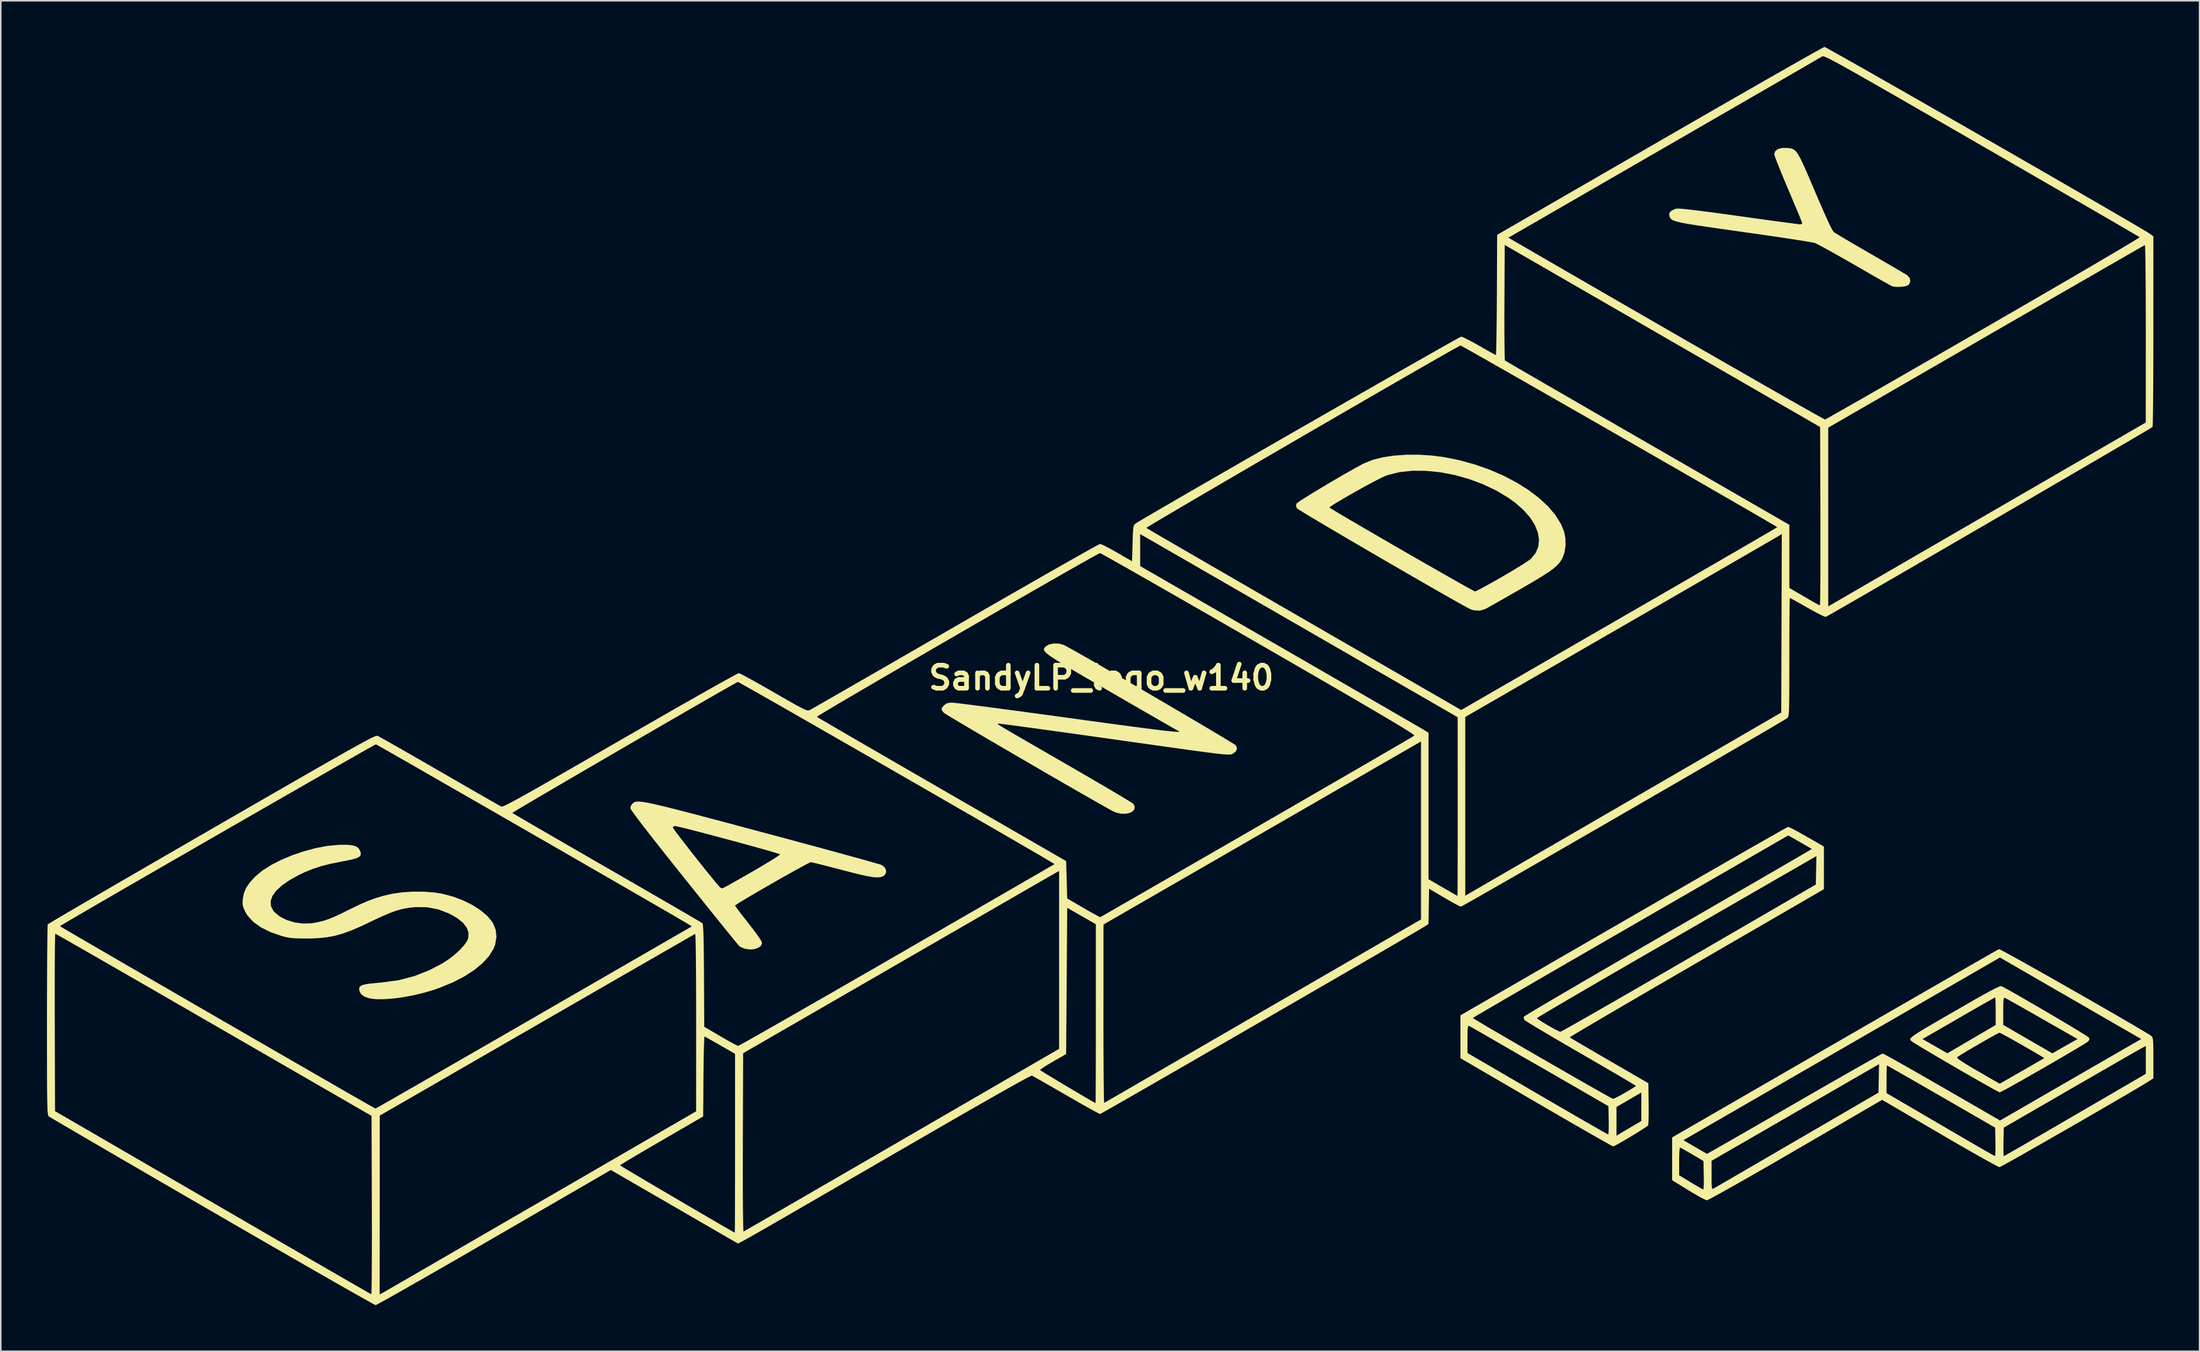
<source format=kicad_pcb>
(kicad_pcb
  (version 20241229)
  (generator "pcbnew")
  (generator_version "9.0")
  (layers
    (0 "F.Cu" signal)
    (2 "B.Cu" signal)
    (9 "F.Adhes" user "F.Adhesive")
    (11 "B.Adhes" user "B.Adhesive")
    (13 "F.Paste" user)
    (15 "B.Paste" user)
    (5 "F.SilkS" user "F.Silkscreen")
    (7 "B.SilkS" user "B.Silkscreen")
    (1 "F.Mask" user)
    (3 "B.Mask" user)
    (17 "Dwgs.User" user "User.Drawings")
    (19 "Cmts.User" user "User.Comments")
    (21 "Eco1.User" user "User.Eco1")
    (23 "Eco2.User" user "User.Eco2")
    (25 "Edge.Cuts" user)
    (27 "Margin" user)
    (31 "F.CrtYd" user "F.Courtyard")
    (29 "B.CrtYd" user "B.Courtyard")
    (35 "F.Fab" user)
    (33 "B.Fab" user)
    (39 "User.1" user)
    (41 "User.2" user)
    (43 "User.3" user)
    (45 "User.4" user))
  (footprint "SandyLP_logo_w140"
    (layer "F.Cu")
    (at 68.481 41.001)
    (property "Reference" "SandyLP_logo_w140" (at 0 0 0) (layer "F.SilkS") (effects (font (size 1.5 1.5) (thickness 0.3))))
    (attr board_only exclude_from_pos_files exclude_from_bom)
    (fp_poly (pts (xy 44.584 -34.435) (xy 44.603 -34.433) (xy 44.745 -34.414) (xy 44.869 -34.386) (xy 44.979 -34.337) (xy 45.085 -34.254) (xy 45.193 -34.127) (xy 45.31 -33.944) (xy 45.443 -33.692) (xy 45.601 -33.361) (xy 45.79 -32.938) (xy 46.017 -32.412) (xy 46.29 -31.771) (xy 46.361 -31.604) (xy 46.686 -30.846) (xy 46.963 -30.213) (xy 47.191 -29.709) (xy 47.371 -29.332) (xy 47.502 -29.085) (xy 47.584 -28.968) (xy 47.589 -28.964) (xy 47.685 -28.901) (xy 47.888 -28.777) (xy 48.183 -28.601) (xy 48.555 -28.381) (xy 48.99 -28.127) (xy 49.472 -27.846) (xy 49.958 -27.565) (xy 50.473 -27.267) (xy 50.956 -26.987) (xy 51.392 -26.732) (xy 51.766 -26.513) (xy 52.063 -26.337) (xy 52.267 -26.215) (xy 52.361 -26.156) (xy 52.515 -25.983) (xy 52.556 -25.781) (xy 52.484 -25.591) (xy 52.398 -25.509) (xy 52.239 -25.45) (xy 51.996 -25.414) (xy 51.724 -25.403) (xy 51.48 -25.422) (xy 51.361 -25.451) (xy 51.279 -25.494) (xy 51.088 -25.6) (xy 50.805 -25.76) (xy 50.442 -25.966) (xy 50.013 -26.211) (xy 49.533 -26.487) (xy 49.015 -26.785) (xy 48.941 -26.829) (xy 48.41 -27.133) (xy 47.908 -27.419) (xy 47.449 -27.676) (xy 47.048 -27.898) (xy 46.721 -28.074) (xy 46.484 -28.198) (xy 46.351 -28.26) (xy 46.344 -28.262) (xy 46.226 -28.289) (xy 45.982 -28.332) (xy 45.624 -28.391) (xy 45.166 -28.464) (xy 44.62 -28.548) (xy 43.998 -28.641) (xy 43.314 -28.742) (xy 42.58 -28.848) (xy 41.809 -28.957) (xy 41.691 -28.974) (xy 40.774 -29.103) (xy 39.986 -29.215) (xy 39.317 -29.312) (xy 38.757 -29.396) (xy 38.295 -29.469) (xy 37.921 -29.534) (xy 37.626 -29.592) (xy 37.399 -29.647) (xy 37.23 -29.699) (xy 37.109 -29.751) (xy 37.026 -29.806) (xy 36.97 -29.866) (xy 36.932 -29.933) (xy 36.902 -30.008) (xy 36.899 -30.017) (xy 36.898 -30.194) (xy 37.019 -30.348) (xy 37.242 -30.461) (xy 37.368 -30.492) (xy 37.504 -30.495) (xy 37.773 -30.476) (xy 38.175 -30.435) (xy 38.71 -30.371) (xy 39.381 -30.286) (xy 40.188 -30.179) (xy 41.132 -30.049) (xy 41.459 -30.003) (xy 42.179 -29.902) (xy 42.86 -29.808) (xy 43.488 -29.721) (xy 44.051 -29.645) (xy 44.535 -29.58) (xy 44.927 -29.528) (xy 45.214 -29.491) (xy 45.384 -29.471) (xy 45.423 -29.467) (xy 45.52 -29.508) (xy 45.519 -29.592) (xy 45.483 -29.685) (xy 45.4 -29.89) (xy 45.275 -30.192) (xy 45.116 -30.574) (xy 44.929 -31.018) (xy 44.721 -31.51) (xy 44.598 -31.801) (xy 44.383 -32.312) (xy 44.187 -32.787) (xy 44.016 -33.208) (xy 43.877 -33.558) (xy 43.777 -33.823) (xy 43.722 -33.984) (xy 43.713 -34.023) (xy 43.776 -34.223) (xy 43.952 -34.363) (xy 44.227 -34.436)) (stroke (width 0) (type solid)) (fill yes) (layer "F.SilkS"))
    (fp_poly (pts (xy -48.925 10.855) (xy -48.608 10.891) (xy -48.386 10.963) (xy -48.238 11.078) (xy -48.14 11.245) (xy -48.133 11.265) (xy -48.092 11.417) (xy -48.11 11.538) (xy -48.2 11.638) (xy -48.378 11.724) (xy -48.659 11.804) (xy -49.057 11.888) (xy -49.306 11.934) (xy -50.034 12.078) (xy -50.661 12.238) (xy -51.227 12.424) (xy -51.774 12.649) (xy -52.111 12.81) (xy -52.727 13.15) (xy -53.222 13.494) (xy -53.593 13.839) (xy -53.837 14.179) (xy -53.951 14.511) (xy -53.933 14.831) (xy -53.78 15.135) (xy -53.713 15.216) (xy -53.364 15.507) (xy -52.918 15.736) (xy -52.406 15.893) (xy -51.86 15.969) (xy -51.313 15.954) (xy -51.171 15.934) (xy -50.824 15.867) (xy -50.498 15.783) (xy -50.165 15.67) (xy -49.795 15.519) (xy -49.361 15.318) (xy -48.836 15.057) (xy -48.196 14.745) (xy -47.636 14.5) (xy -47.119 14.31) (xy -46.609 14.16) (xy -46.072 14.038) (xy -46.014 14.027) (xy -45.394 13.939) (xy -44.708 13.896) (xy -44.007 13.899) (xy -43.343 13.947) (xy -42.835 14.025) (xy -42.135 14.208) (xy -41.469 14.456) (xy -40.858 14.757) (xy -40.323 15.099) (xy -39.883 15.471) (xy -39.558 15.861) (xy -39.5 15.955) (xy -39.33 16.388) (xy -39.286 16.857) (xy -39.367 17.337) (xy -39.467 17.598) (xy -39.76 18.075) (xy -40.182 18.541) (xy -40.723 18.988) (xy -41.372 19.408) (xy -42.119 19.794) (xy -42.954 20.138) (xy -43.366 20.282) (xy -44.011 20.472) (xy -44.681 20.632) (xy -45.351 20.756) (xy -45.993 20.842) (xy -46.583 20.887) (xy -47.094 20.886) (xy -47.494 20.839) (xy -47.852 20.724) (xy -48.081 20.557) (xy -48.178 20.371) (xy -48.203 20.227) (xy -48.186 20.115) (xy -48.112 20.028) (xy -47.967 19.96) (xy -47.733 19.906) (xy -47.397 19.86) (xy -46.943 19.816) (xy -46.695 19.795) (xy -45.633 19.649) (xy -44.626 19.388) (xy -43.648 19.003) (xy -42.783 18.55) (xy -42.389 18.294) (xy -42.011 18.001) (xy -41.673 17.692) (xy -41.395 17.39) (xy -41.201 17.115) (xy -41.121 16.932) (xy -41.096 16.579) (xy -41.211 16.239) (xy -41.465 15.913) (xy -41.857 15.602) (xy -42.345 15.326) (xy -43.049 15.052) (xy -43.782 14.912) (xy -44.52 14.9) (xy -44.942 14.94) (xy -45.345 15.011) (xy -45.758 15.122) (xy -46.206 15.282) (xy -46.716 15.499) (xy -47.315 15.781) (xy -47.397 15.821) (xy -48.1 16.155) (xy -48.713 16.419) (xy -49.264 16.619) (xy -49.781 16.765) (xy -50.292 16.862) (xy -50.823 16.918) (xy -51.403 16.941) (xy -51.607 16.942) (xy -52.054 16.939) (xy -52.397 16.926) (xy -52.673 16.901) (xy -52.917 16.859) (xy -53.166 16.797) (xy -53.221 16.782) (xy -53.958 16.527) (xy -54.577 16.221) (xy -55.074 15.866) (xy -55.444 15.465) (xy -55.612 15.186) (xy -55.723 14.93) (xy -55.771 14.717) (xy -55.77 14.47) (xy -55.764 14.394) (xy -55.693 14.006) (xy -55.543 13.648) (xy -55.299 13.291) (xy -54.944 12.906) (xy -54.49 12.528) (xy -53.921 12.166) (xy -53.264 11.829) (xy -52.543 11.527) (xy -51.785 11.269) (xy -51.016 11.064) (xy -50.261 10.923) (xy -49.545 10.854) (xy -49.359 10.849)) (stroke (width 0) (type solid)) (fill yes) (layer "F.SilkS"))
    (fp_poly (pts (xy 21.491 -14.445) (xy 22.243 -14.348) (xy 23.269 -14.142) (xy 24.266 -13.867) (xy 25.224 -13.529) (xy 26.131 -13.136) (xy 26.975 -12.693) (xy 27.746 -12.209) (xy 28.431 -11.691) (xy 29.019 -11.145) (xy 29.5 -10.578) (xy 29.861 -9.999) (xy 30.062 -9.511) (xy 30.149 -9.076) (xy 30.159 -8.61) (xy 30.096 -8.163) (xy 29.967 -7.799) (xy 29.867 -7.624) (xy 29.747 -7.458) (xy 29.595 -7.294) (xy 29.397 -7.121) (xy 29.141 -6.93) (xy 28.815 -6.712) (xy 28.405 -6.456) (xy 27.898 -6.155) (xy 27.282 -5.797) (xy 27.187 -5.743) (xy 26.692 -5.458) (xy 26.226 -5.192) (xy 25.807 -4.953) (xy 25.45 -4.751) (xy 25.172 -4.595) (xy 24.989 -4.494) (xy 24.93 -4.462) (xy 24.588 -4.366) (xy 24.208 -4.387) (xy 24.032 -4.436) (xy 23.92 -4.489) (xy 23.701 -4.606) (xy 23.384 -4.78) (xy 22.981 -5.006) (xy 22.502 -5.277) (xy 21.957 -5.588) (xy 21.356 -5.932) (xy 20.71 -6.303) (xy 20.03 -6.696) (xy 19.326 -7.103) (xy 18.607 -7.52) (xy 17.885 -7.94) (xy 17.17 -8.357) (xy 16.473 -8.765) (xy 15.803 -9.158) (xy 15.171 -9.529) (xy 14.588 -9.874) (xy 14.064 -10.185) (xy 13.609 -10.457) (xy 13.234 -10.684) (xy 12.949 -10.86) (xy 12.765 -10.977) (xy 12.692 -11.032) (xy 12.691 -11.033) (xy 12.685 -11.068) (xy 14.825 -11.068) (xy 14.887 -11.023) (xy 15.06 -10.915) (xy 15.332 -10.751) (xy 15.693 -10.537) (xy 16.129 -10.28) (xy 16.631 -9.986) (xy 17.187 -9.662) (xy 17.785 -9.314) (xy 18.414 -8.949) (xy 19.063 -8.573) (xy 19.721 -8.194) (xy 20.376 -7.817) (xy 21.016 -7.449) (xy 21.631 -7.097) (xy 22.209 -6.767) (xy 22.738 -6.466) (xy 23.208 -6.2) (xy 23.607 -5.976) (xy 23.923 -5.801) (xy 24.146 -5.68) (xy 24.264 -5.621) (xy 24.278 -5.616) (xy 24.365 -5.649) (xy 24.556 -5.744) (xy 24.835 -5.892) (xy 25.183 -6.083) (xy 25.586 -6.308) (xy 26.024 -6.559) (xy 26.033 -6.564) (xy 26.482 -6.827) (xy 26.903 -7.079) (xy 27.276 -7.308) (xy 27.582 -7.503) (xy 27.802 -7.652) (xy 27.915 -7.739) (xy 28.215 -8.113) (xy 28.388 -8.527) (xy 28.435 -8.973) (xy 28.361 -9.441) (xy 28.169 -9.923) (xy 27.862 -10.409) (xy 27.442 -10.891) (xy 26.915 -11.36) (xy 26.452 -11.696) (xy 25.646 -12.178) (xy 24.779 -12.588) (xy 23.871 -12.925) (xy 22.941 -13.183) (xy 22.008 -13.361) (xy 21.093 -13.453) (xy 20.214 -13.458) (xy 19.39 -13.37) (xy 18.642 -13.188) (xy 18.487 -13.133) (xy 18.309 -13.056) (xy 18.047 -12.927) (xy 17.719 -12.757) (xy 17.345 -12.557) (xy 16.941 -12.336) (xy 16.526 -12.105) (xy 16.119 -11.874) (xy 15.738 -11.654) (xy 15.4 -11.454) (xy 15.124 -11.286) (xy 14.929 -11.158) (xy 14.832 -11.082) (xy 14.825 -11.068) (xy 12.685 -11.068) (xy 12.655 -11.233) (xy 12.684 -11.323) (xy 12.756 -11.386) (xy 12.934 -11.509) (xy 13.201 -11.681) (xy 13.54 -11.893) (xy 13.936 -12.136) (xy 14.371 -12.398) (xy 14.83 -12.671) (xy 15.296 -12.945) (xy 15.752 -13.21) (xy 16.183 -13.455) (xy 16.57 -13.672) (xy 16.899 -13.851) (xy 17.096 -13.953) (xy 17.631 -14.166) (xy 18.276 -14.329) (xy 19.007 -14.44) (xy 19.801 -14.498) (xy 20.637 -14.5)) (stroke (width 0) (type solid)) (fill yes) (layer "F.SilkS"))
    (fp_poly (pts (xy -29.886 8.053) (xy -29.685 8.08) (xy -29.434 8.125) (xy -29.124 8.189) (xy -28.748 8.274) (xy -28.3 8.382) (xy -27.772 8.514) (xy -27.155 8.672) (xy -26.444 8.857) (xy -25.629 9.072) (xy -24.705 9.317) (xy -23.663 9.595) (xy -22.497 9.907) (xy -21.956 10.051) (xy -20.956 10.319) (xy -19.991 10.579) (xy -19.071 10.828) (xy -18.204 11.063) (xy -17.399 11.282) (xy -16.665 11.483) (xy -16.012 11.663) (xy -15.448 11.82) (xy -14.982 11.951) (xy -14.623 12.054) (xy -14.38 12.125) (xy -14.263 12.164) (xy -14.256 12.167) (xy -14.063 12.322) (xy -13.973 12.512) (xy -13.988 12.703) (xy -14.11 12.858) (xy -14.211 12.912) (xy -14.347 12.951) (xy -14.505 12.97) (xy -14.702 12.965) (xy -14.952 12.934) (xy -15.272 12.874) (xy -15.678 12.783) (xy -16.187 12.657) (xy -16.813 12.495) (xy -16.852 12.485) (xy -17.35 12.355) (xy -17.807 12.237) (xy -18.205 12.136) (xy -18.525 12.057) (xy -18.749 12.004) (xy -18.857 11.981) (xy -18.86 11.981) (xy -18.943 12.013) (xy -19.129 12.106) (xy -19.403 12.252) (xy -19.749 12.441) (xy -20.15 12.665) (xy -20.593 12.913) (xy -21.06 13.178) (xy -21.535 13.45) (xy -22.003 13.72) (xy -22.449 13.979) (xy -22.856 14.218) (xy -23.208 14.428) (xy -23.49 14.6) (xy -23.686 14.724) (xy -23.78 14.793) (xy -23.786 14.801) (xy -23.745 14.869) (xy -23.628 15.03) (xy -23.451 15.265) (xy -23.225 15.558) (xy -22.964 15.892) (xy -22.909 15.961) (xy -22.578 16.388) (xy -22.32 16.739) (xy -22.141 17.006) (xy -22.046 17.18) (xy -22.032 17.234) (xy -22.096 17.407) (xy -22.266 17.541) (xy -22.512 17.628) (xy -22.804 17.656) (xy -23.11 17.615) (xy -23.155 17.602) (xy -23.348 17.531) (xy -23.492 17.454) (xy -23.501 17.447) (xy -23.56 17.381) (xy -23.699 17.213) (xy -23.913 16.953) (xy -24.193 16.608) (xy -24.534 16.187) (xy -24.928 15.699) (xy -25.369 15.151) (xy -25.849 14.553) (xy -26.363 13.912) (xy -26.903 13.238) (xy -27.097 12.995) (xy -27.843 12.061) (xy -28.499 11.234) (xy -29.065 10.515) (xy -29.543 9.904) (xy -29.686 9.718) (xy -27.832 9.718) (xy -27.795 9.785) (xy -27.681 9.945) (xy -27.503 10.184) (xy -27.273 10.486) (xy -27.003 10.835) (xy -26.705 11.218) (xy -26.39 11.618) (xy -26.072 12.02) (xy -25.762 12.409) (xy -25.471 12.769) (xy -25.213 13.086) (xy -25 13.344) (xy -24.842 13.527) (xy -24.753 13.622) (xy -24.744 13.629) (xy -24.631 13.678) (xy -24.606 13.681) (xy -24.533 13.648) (xy -24.354 13.552) (xy -24.084 13.403) (xy -23.739 13.209) (xy -23.334 12.979) (xy -22.884 12.722) (xy -22.694 12.612) (xy -22.234 12.344) (xy -21.817 12.096) (xy -21.457 11.877) (xy -21.17 11.697) (xy -20.969 11.564) (xy -20.87 11.487) (xy -20.862 11.474) (xy -20.932 11.444) (xy -21.122 11.383) (xy -21.416 11.295) (xy -21.799 11.184) (xy -22.255 11.056) (xy -22.769 10.913) (xy -23.324 10.76) (xy -23.904 10.602) (xy -24.495 10.443) (xy -25.081 10.287) (xy -25.645 10.137) (xy -26.172 10) (xy -26.647 9.877) (xy -27.053 9.775) (xy -27.376 9.697) (xy -27.598 9.647) (xy -27.705 9.629) (xy -27.71 9.629) (xy -27.815 9.688) (xy -27.832 9.718) (xy -29.686 9.718) (xy -29.931 9.4) (xy -30.229 9.004) (xy -30.439 8.715) (xy -30.56 8.533) (xy -30.592 8.463) (xy -30.542 8.296) (xy -30.444 8.168) (xy -30.391 8.124) (xy -30.332 8.087) (xy -30.26 8.061) (xy -30.166 8.045) (xy -30.044 8.042)) (stroke (width 0) (type solid)) (fill yes) (layer "F.SilkS"))
    (fp_poly (pts (xy 58.455 20.035) (xy 58.561 20.084) (xy 58.77 20.196) (xy 59.066 20.36) (xy 59.435 20.569) (xy 59.861 20.813) (xy 60.331 21.085) (xy 60.83 21.375) (xy 61.342 21.674) (xy 61.853 21.975) (xy 62.348 22.268) (xy 62.813 22.544) (xy 63.232 22.796) (xy 63.59 23.014) (xy 63.874 23.189) (xy 64.067 23.313) (xy 64.156 23.378) (xy 64.159 23.382) (xy 64.192 23.499) (xy 64.115 23.618) (xy 64.095 23.636) (xy 64.004 23.701) (xy 63.809 23.824) (xy 63.523 23.997) (xy 63.163 24.212) (xy 62.743 24.46) (xy 62.277 24.732) (xy 61.78 25.021) (xy 61.268 25.317) (xy 60.754 25.612) (xy 60.254 25.898) (xy 59.783 26.166) (xy 59.354 26.407) (xy 58.984 26.614) (xy 58.686 26.777) (xy 58.476 26.888) (xy 58.369 26.938) (xy 58.359 26.94) (xy 58.283 26.905) (xy 58.097 26.807) (xy 57.815 26.652) (xy 57.45 26.447) (xy 57.014 26.2) (xy 56.519 25.917) (xy 55.978 25.606) (xy 55.515 25.338) (xy 54.944 25.006) (xy 54.408 24.692) (xy 54.348 24.657) (xy 55.594 24.657) (xy 55.6 24.702) (xy 55.686 24.784) (xy 55.861 24.909) (xy 56.134 25.083) (xy 56.514 25.312) (xy 56.927 25.553) (xy 57.328 25.785) (xy 57.686 25.992) (xy 57.983 26.164) (xy 58.204 26.292) (xy 58.33 26.364) (xy 58.353 26.378) (xy 58.414 26.345) (xy 58.58 26.253) (xy 58.834 26.109) (xy 59.158 25.923) (xy 59.537 25.706) (xy 59.812 25.548) (xy 61.26 24.713) (xy 61.029 24.574) (xy 60.711 24.385) (xy 60.352 24.175) (xy 59.97 23.955) (xy 59.587 23.736) (xy 59.222 23.53) (xy 58.896 23.349) (xy 58.628 23.203) (xy 58.439 23.104) (xy 58.349 23.063) (xy 58.345 23.062) (xy 58.267 23.097) (xy 58.089 23.191) (xy 57.834 23.331) (xy 57.524 23.507) (xy 57.179 23.704) (xy 56.821 23.912) (xy 56.472 24.116) (xy 56.154 24.305) (xy 55.888 24.466) (xy 55.695 24.586) (xy 55.597 24.654) (xy 55.594 24.657) (xy 54.348 24.657) (xy 53.919 24.404) (xy 53.491 24.149) (xy 53.136 23.935) (xy 52.866 23.77) (xy 52.696 23.662) (xy 52.64 23.621) (xy 52.596 23.579) (xy 52.564 23.539) (xy 52.549 23.498) (xy 52.554 23.477) (xy 53.345 23.477) (xy 54.153 23.939) (xy 54.961 24.4) (xy 55.705 23.965) (xy 56.075 23.748) (xy 56.509 23.494) (xy 56.946 23.238) (xy 57.273 23.046) (xy 58.097 22.563) (xy 58.097 21.666) (xy 58.097 21.656) (xy 58.589 21.656) (xy 58.59 22.558) (xy 60.185 23.481) (xy 61.781 24.404) (xy 62.202 24.163) (xy 62.498 23.994) (xy 62.819 23.811) (xy 63.018 23.699) (xy 63.413 23.475) (xy 61.095 22.151) (xy 60.573 21.853) (xy 60.087 21.576) (xy 59.651 21.329) (xy 59.279 21.12) (xy 58.985 20.955) (xy 58.783 20.843) (xy 58.687 20.792) (xy 58.683 20.79) (xy 58.643 20.8) (xy 58.616 20.877) (xy 58.599 21.039) (xy 58.591 21.307) (xy 58.589 21.656) (xy 58.097 21.656) (xy 58.095 21.33) (xy 58.088 21.051) (xy 58.078 20.856) (xy 58.066 20.771) (xy 58.064 20.769) (xy 57.998 20.803) (xy 57.824 20.9) (xy 57.555 21.052) (xy 57.205 21.251) (xy 56.786 21.491) (xy 56.313 21.762) (xy 55.798 22.059) (xy 55.688 22.123) (xy 53.345 23.477) (xy 52.554 23.477) (xy 52.561 23.449) (xy 52.606 23.389) (xy 52.694 23.31) (xy 52.831 23.209) (xy 53.026 23.079) (xy 53.287 22.917) (xy 53.621 22.716) (xy 54.037 22.471) (xy 54.541 22.178) (xy 55.143 21.83) (xy 55.85 21.424) (xy 56.669 20.952) (xy 56.759 20.901) (xy 57.29 20.6) (xy 57.73 20.359) (xy 58.073 20.182) (xy 58.313 20.073) (xy 58.442 20.033)) (stroke (width 0) (type solid)) (fill yes) (layer "F.SilkS"))
    (fp_poly (pts (xy -2.781 -2.228) (xy -2.48 -2.155) (xy -2.416 -2.126) (xy -2.248 -2.039) (xy -1.978 -1.891) (xy -1.617 -1.688) (xy -1.174 -1.437) (xy -0.661 -1.144) (xy -0.088 -0.815) (xy 0.535 -0.455) (xy 1.198 -0.072) (xy 1.889 0.329) (xy 2.599 0.742) (xy 3.316 1.16) (xy 4.031 1.578) (xy 4.733 1.99) (xy 5.411 2.388) (xy 6.056 2.768) (xy 6.655 3.122) (xy 7.2 3.446) (xy 7.68 3.733) (xy 8.084 3.976) (xy 8.402 4.169) (xy 8.622 4.308) (xy 8.736 4.384) (xy 8.749 4.396) (xy 8.818 4.598) (xy 8.75 4.778) (xy 8.548 4.931) (xy 8.522 4.943) (xy 8.48 4.961) (xy 8.431 4.975) (xy 8.366 4.985) (xy 8.277 4.988) (xy 8.157 4.985) (xy 7.998 4.975) (xy 7.79 4.956) (xy 7.528 4.927) (xy 7.202 4.887) (xy 6.804 4.837) (xy 6.327 4.773) (xy 5.762 4.697) (xy 5.102 4.605) (xy 4.339 4.499) (xy 3.464 4.376) (xy 2.47 4.235) (xy 1.348 4.076) (xy 0.799 3.998) (xy -0.208 3.856) (xy -1.176 3.72) (xy -2.096 3.591) (xy -2.959 3.471) (xy -3.755 3.361) (xy -4.476 3.262) (xy -5.112 3.175) (xy -5.655 3.102) (xy -6.096 3.044) (xy -6.425 3.002) (xy -6.634 2.978) (xy -6.714 2.972) (xy -6.714 2.972) (xy -6.723 2.981) (xy -6.723 2.993) (xy -6.708 3.012) (xy -6.67 3.044) (xy -6.599 3.092) (xy -6.489 3.162) (xy -6.33 3.258) (xy -6.116 3.385) (xy -5.839 3.548) (xy -5.489 3.752) (xy -5.059 4.001) (xy -4.542 4.301) (xy -3.928 4.655) (xy -3.211 5.069) (xy -2.381 5.548) (xy -2.21 5.647) (xy -1.504 6.055) (xy -0.832 6.446) (xy -0.205 6.812) (xy 0.367 7.148) (xy 0.875 7.447) (xy 1.307 7.705) (xy 1.654 7.914) (xy 1.906 8.069) (xy 2.053 8.165) (xy 2.087 8.191) (xy 2.177 8.386) (xy 2.148 8.555) (xy 2.022 8.692) (xy 1.82 8.788) (xy 1.563 8.836) (xy 1.271 8.828) (xy 0.965 8.757) (xy 0.772 8.674) (xy 0.578 8.57) (xy 0.284 8.407) (xy -0.099 8.191) (xy -0.56 7.928) (xy -1.09 7.625) (xy -1.677 7.288) (xy -2.311 6.922) (xy -2.981 6.535) (xy -3.677 6.132) (xy -4.387 5.72) (xy -5.102 5.303) (xy -5.811 4.89) (xy -6.504 4.486) (xy -7.168 4.097) (xy -7.795 3.729) (xy -8.373 3.388) (xy -8.892 3.081) (xy -9.341 2.814) (xy -9.71 2.593) (xy -9.988 2.425) (xy -10.164 2.314) (xy -10.227 2.27) (xy -10.351 2.11) (xy -10.367 1.987) (xy -10.273 1.848) (xy -10.212 1.786) (xy -10.066 1.674) (xy -9.885 1.623) (xy -9.686 1.614) (xy -9.569 1.623) (xy -9.322 1.651) (xy -8.955 1.695) (xy -8.479 1.755) (xy -7.904 1.829) (xy -7.238 1.916) (xy -6.491 2.014) (xy -5.674 2.123) (xy -4.797 2.241) (xy -3.868 2.367) (xy -2.898 2.499) (xy -2.167 2.6) (xy -0.947 2.767) (xy 0.141 2.916) (xy 1.102 3.046) (xy 1.942 3.158) (xy 2.668 3.254) (xy 3.285 3.333) (xy 3.799 3.397) (xy 4.217 3.446) (xy 4.545 3.481) (xy 4.789 3.502) (xy 4.954 3.512) (xy 5.047 3.509) (xy 5.074 3.495) (xy 5.041 3.471) (xy 5.017 3.46) (xy 4.946 3.421) (xy 4.763 3.318) (xy 4.479 3.155) (xy 4.103 2.939) (xy 3.646 2.676) (xy 3.116 2.37) (xy 2.524 2.029) (xy 1.88 1.657) (xy 1.194 1.26) (xy 0.667 0.955) (xy -0.19 0.459) (xy -0.932 0.029) (xy -1.568 -0.342) (xy -2.104 -0.658) (xy -2.55 -0.925) (xy -2.911 -1.148) (xy -3.195 -1.332) (xy -3.41 -1.483) (xy -3.563 -1.605) (xy -3.662 -1.705) (xy -3.714 -1.786) (xy -3.727 -1.856) (xy -3.708 -1.917) (xy -3.664 -1.977) (xy -3.604 -2.041) (xy -3.597 -2.048) (xy -3.388 -2.171) (xy -3.1 -2.232)) (stroke (width 0) (type solid)) (fill yes) (layer "F.SilkS"))
    (fp_poly (pts (xy 58.388 17.662) (xy 58.571 17.757) (xy 58.853 17.909) (xy 59.223 18.112) (xy 59.67 18.36) (xy 60.183 18.646) (xy 60.75 18.965) (xy 61.361 19.31) (xy 62.004 19.674) (xy 62.668 20.052) (xy 63.342 20.436) (xy 64.015 20.82) (xy 64.675 21.199) (xy 65.312 21.566) (xy 65.915 21.913) (xy 66.471 22.236) (xy 66.971 22.527) (xy 67.402 22.781) (xy 67.755 22.991) (xy 68.017 23.15) (xy 68.177 23.252) (xy 68.219 23.282) (xy 68.262 23.333) (xy 68.294 23.413) (xy 68.316 23.542) (xy 68.33 23.74) (xy 68.338 24.028) (xy 68.341 24.425) (xy 68.341 24.708) (xy 68.341 26.03) (xy 68.078 26.2) (xy 67.892 26.316) (xy 67.608 26.488) (xy 67.236 26.709) (xy 66.787 26.974) (xy 66.273 27.274) (xy 65.706 27.605) (xy 65.096 27.96) (xy 64.454 28.332) (xy 63.792 28.715) (xy 63.121 29.102) (xy 62.452 29.486) (xy 61.796 29.862) (xy 61.165 30.224) (xy 60.569 30.563) (xy 60.021 30.875) (xy 59.531 31.152) (xy 59.11 31.388) (xy 58.77 31.578) (xy 58.522 31.713) (xy 58.376 31.788) (xy 58.343 31.801) (xy 58.259 31.767) (xy 58.065 31.667) (xy 57.771 31.508) (xy 57.389 31.296) (xy 56.93 31.038) (xy 56.403 30.738) (xy 55.821 30.404) (xy 55.193 30.041) (xy 54.531 29.655) (xy 54.462 29.614) (xy 50.721 27.427) (xy 45.107 30.694) (xy 44.29 31.168) (xy 43.505 31.622) (xy 42.761 32.05) (xy 42.068 32.447) (xy 41.433 32.808) (xy 40.866 33.129) (xy 40.374 33.405) (xy 39.968 33.63) (xy 39.655 33.8) (xy 39.444 33.909) (xy 39.345 33.953) (xy 39.34 33.954) (xy 39.232 33.916) (xy 39.029 33.816) (xy 38.752 33.664) (xy 38.425 33.474) (xy 38.135 33.299) (xy 37.083 32.649) (xy 37.083 31.425) (xy 37.539 31.425) (xy 37.539 32.328) (xy 38.293 32.787) (xy 38.584 32.962) (xy 38.831 33.107) (xy 39.011 33.209) (xy 39.099 33.252) (xy 39.102 33.253) (xy 39.121 33.189) (xy 39.134 33.011) (xy 39.14 32.744) (xy 39.139 32.413) (xy 39.137 32.33) (xy 39.117 31.402) (xy 39.094 31.388) (xy 39.644 31.388) (xy 39.644 32.326) (xy 39.645 32.703) (xy 39.65 32.96) (xy 39.663 33.118) (xy 39.686 33.195) (xy 39.721 33.213) (xy 39.766 33.195) (xy 39.844 33.15) (xy 40.034 33.04) (xy 40.328 32.87) (xy 40.716 32.644) (xy 41.189 32.369) (xy 41.739 32.049) (xy 42.357 31.69) (xy 43.032 31.297) (xy 43.758 30.874) (xy 44.524 30.428) (xy 45.187 30.043) (xy 50.484 26.959) (xy 50.503 26.09) (xy 51.01 26.09) (xy 51.01 26.99) (xy 54.501 29.033) (xy 55.141 29.407) (xy 55.744 29.759) (xy 56.301 30.082) (xy 56.8 30.372) (xy 57.23 30.62) (xy 57.58 30.821) (xy 57.841 30.969) (xy 58 31.057) (xy 58.047 31.08) (xy 58.065 31.016) (xy 58.078 30.836) (xy 58.085 30.569) (xy 58.084 30.5) (xy 58.6 30.5) (xy 58.602 30.785) (xy 58.61 30.987) (xy 58.623 31.08) (xy 58.627 31.083) (xy 58.693 31.049) (xy 58.871 30.949) (xy 59.151 30.79) (xy 59.524 30.576) (xy 59.98 30.313) (xy 60.51 30.006) (xy 61.105 29.662) (xy 61.756 29.285) (xy 62.451 28.88) (xy 63.184 28.454) (xy 63.26 28.41) (xy 67.85 25.736) (xy 67.85 24.83) (xy 67.85 23.924) (xy 67.587 24.063) (xy 67.484 24.12) (xy 67.269 24.242) (xy 66.954 24.423) (xy 66.549 24.655) (xy 66.063 24.934) (xy 65.509 25.254) (xy 64.895 25.608) (xy 64.232 25.99) (xy 63.532 26.395) (xy 62.974 26.717) (xy 58.623 29.233) (xy 58.604 30.158) (xy 58.6 30.5) (xy 58.084 30.5) (xy 58.083 30.238) (xy 58.082 30.158) (xy 58.062 29.233) (xy 54.561 27.211) (xy 53.92 26.842) (xy 53.317 26.494) (xy 52.761 26.174) (xy 52.264 25.889) (xy 51.836 25.643) (xy 51.489 25.445) (xy 51.232 25.299) (xy 51.078 25.212) (xy 51.035 25.19) (xy 51.026 25.255) (xy 51.018 25.435) (xy 51.013 25.703) (xy 51.011 26.032) (xy 51.01 26.09) (xy 50.503 26.09) (xy 50.504 26.034) (xy 50.523 25.109) (xy 50.114 25.342) (xy 49.991 25.413) (xy 49.756 25.548) (xy 49.419 25.742) (xy 48.99 25.99) (xy 48.48 26.284) (xy 47.898 26.62) (xy 47.254 26.992) (xy 46.558 27.393) (xy 45.82 27.82) (xy 45.05 28.264) (xy 44.674 28.482) (xy 39.644 31.388) (xy 39.094 31.388) (xy 38.381 30.967) (xy 38.093 30.8) (xy 37.848 30.661) (xy 37.673 30.566) (xy 37.592 30.528) (xy 37.591 30.528) (xy 37.572 30.591) (xy 37.555 30.769) (xy 37.544 31.036) (xy 37.539 31.364) (xy 37.539 31.425) (xy 37.083 31.425) (xy 37.083 31.258) (xy 37.083 30.05) (xy 37.814 30.05) (xy 38.571 30.49) (xy 38.86 30.658) (xy 39.102 30.797) (xy 39.272 30.894) (xy 39.347 30.936) (xy 39.349 30.937) (xy 39.411 30.903) (xy 39.586 30.804) (xy 39.866 30.645) (xy 40.242 30.43) (xy 40.706 30.164) (xy 41.249 29.853) (xy 41.862 29.5) (xy 42.537 29.111) (xy 43.266 28.691) (xy 44.041 28.244) (xy 44.852 27.776) (xy 45.017 27.68) (xy 45.836 27.208) (xy 46.621 26.756) (xy 47.364 26.329) (xy 48.057 25.933) (xy 48.689 25.572) (xy 49.254 25.251) (xy 49.742 24.975) (xy 50.145 24.749) (xy 50.453 24.577) (xy 50.659 24.466) (xy 50.754 24.419) (xy 50.759 24.418) (xy 50.835 24.452) (xy 51.021 24.551) (xy 51.308 24.708) (xy 51.684 24.918) (xy 52.139 25.174) (xy 52.661 25.47) (xy 53.242 25.802) (xy 53.868 26.161) (xy 54.531 26.543) (xy 54.618 26.593) (xy 58.382 28.769) (xy 62.967 26.12) (xy 67.552 23.472) (xy 67.192 23.267) (xy 67.072 23.198) (xy 66.84 23.065) (xy 66.509 22.874) (xy 66.089 22.632) (xy 65.591 22.345) (xy 65.026 22.019) (xy 64.405 21.66) (xy 63.739 21.275) (xy 63.038 20.871) (xy 62.603 20.62) (xy 58.374 18.177) (xy 48.094 24.114) (xy 37.814 30.05) (xy 37.083 30.05) (xy 37.083 29.868) (xy 47.643 23.766) (xy 48.767 23.116) (xy 49.86 22.485) (xy 50.914 21.877) (xy 51.924 21.295) (xy 52.883 20.742) (xy 53.785 20.222) (xy 54.624 19.74) (xy 55.393 19.298) (xy 56.087 18.9) (xy 56.698 18.549) (xy 57.221 18.25) (xy 57.65 18.005) (xy 57.978 17.819) (xy 58.198 17.695) (xy 58.306 17.637) (xy 58.315 17.632)) (stroke (width 0) (type solid)) (fill yes) (layer "F.SilkS"))
    (fp_poly (pts (xy 44.707 9.719) (xy 44.896 9.811) (xy 45.164 9.953) (xy 45.49 10.132) (xy 45.828 10.324) (xy 46.941 10.965) (xy 46.941 12.35) (xy 46.941 13.735) (xy 38.668 18.532) (xy 37.677 19.108) (xy 36.72 19.664) (xy 35.804 20.197) (xy 34.936 20.702) (xy 34.124 21.176) (xy 33.374 21.615) (xy 32.693 22.014) (xy 32.088 22.37) (xy 31.565 22.678) (xy 31.133 22.934) (xy 30.797 23.134) (xy 30.565 23.275) (xy 30.444 23.352) (xy 30.427 23.365) (xy 30.492 23.407) (xy 30.666 23.511) (xy 30.936 23.671) (xy 31.29 23.878) (xy 31.713 24.126) (xy 32.194 24.407) (xy 32.72 24.712) (xy 32.999 24.874) (xy 35.539 26.348) (xy 35.556 27.681) (xy 35.559 28.102) (xy 35.556 28.476) (xy 35.549 28.78) (xy 35.537 28.992) (xy 35.522 29.086) (xy 35.521 29.087) (xy 35.44 29.154) (xy 35.263 29.274) (xy 35.014 29.434) (xy 34.716 29.619) (xy 34.394 29.814) (xy 34.071 30.006) (xy 33.771 30.18) (xy 33.519 30.321) (xy 33.337 30.416) (xy 33.251 30.45) (xy 33.176 30.415) (xy 32.99 30.314) (xy 32.701 30.154) (xy 32.319 29.938) (xy 31.853 29.672) (xy 31.311 29.362) (xy 30.704 29.012) (xy 30.041 28.629) (xy 29.331 28.217) (xy 28.582 27.782) (xy 28.242 27.583) (xy 23.33 24.719) (xy 23.33 23.48) (xy 23.787 23.48) (xy 23.788 24.383) (xy 28.33 27.029) (xy 29.062 27.455) (xy 29.758 27.86) (xy 30.41 28.238) (xy 31.008 28.584) (xy 31.543 28.892) (xy 32.004 29.158) (xy 32.382 29.374) (xy 32.669 29.537) (xy 32.853 29.64) (xy 32.927 29.678) (xy 32.927 29.678) (xy 32.946 29.613) (xy 32.959 29.434) (xy 32.965 29.166) (xy 32.964 28.835) (xy 32.962 28.759) (xy 32.944 27.888) (xy 33.469 27.888) (xy 33.469 28.823) (xy 33.469 29.758) (xy 33.767 29.578) (xy 33.976 29.453) (xy 34.251 29.29) (xy 34.537 29.121) (xy 34.573 29.1) (xy 35.081 28.803) (xy 35.082 27.877) (xy 35.083 26.95) (xy 34.276 27.419) (xy 33.469 27.888) (xy 32.944 27.888) (xy 32.943 27.838) (xy 30.768 26.579) (xy 30.235 26.27) (xy 29.715 25.97) (xy 29.226 25.688) (xy 28.787 25.435) (xy 28.417 25.223) (xy 28.136 25.062) (xy 27.996 24.983) (xy 27.774 24.857) (xy 27.453 24.673) (xy 27.058 24.445) (xy 26.611 24.187) (xy 26.135 23.911) (xy 25.681 23.647) (xy 25.233 23.387) (xy 24.822 23.15) (xy 24.465 22.945) (xy 24.178 22.781) (xy 23.977 22.668) (xy 23.879 22.615) (xy 23.874 22.613) (xy 23.836 22.631) (xy 23.811 22.729) (xy 23.795 22.926) (xy 23.788 23.236) (xy 23.787 23.48) (xy 23.33 23.48) (xy 23.33 23.327) (xy 23.33 22.106) (xy 24.138 22.106) (xy 24.197 22.147) (xy 24.366 22.252) (xy 24.634 22.413) (xy 24.989 22.624) (xy 25.421 22.877) (xy 25.916 23.167) (xy 26.464 23.487) (xy 27.054 23.83) (xy 27.673 24.189) (xy 28.311 24.558) (xy 28.955 24.93) (xy 29.595 25.298) (xy 30.219 25.657) (xy 30.814 25.999) (xy 31.371 26.317) (xy 31.877 26.605) (xy 32.32 26.856) (xy 32.69 27.064) (xy 32.974 27.222) (xy 33.162 27.324) (xy 33.242 27.362) (xy 33.242 27.362) (xy 33.336 27.33) (xy 33.522 27.24) (xy 33.773 27.106) (xy 34.03 26.961) (xy 34.306 26.799) (xy 34.531 26.661) (xy 34.681 26.564) (xy 34.731 26.522) (xy 34.672 26.481) (xy 34.502 26.377) (xy 34.232 26.215) (xy 33.872 26.001) (xy 33.432 25.743) (xy 32.924 25.446) (xy 32.358 25.116) (xy 31.744 24.759) (xy 31.139 24.409) (xy 30.488 24.031) (xy 29.872 23.673) (xy 29.303 23.339) (xy 28.792 23.036) (xy 28.349 22.772) (xy 27.985 22.553) (xy 27.712 22.384) (xy 27.539 22.273) (xy 27.479 22.227) (xy 27.45 22.12) (xy 28.296 22.12) (xy 28.362 22.179) (xy 28.522 22.287) (xy 28.747 22.427) (xy 29.008 22.581) (xy 29.274 22.733) (xy 29.517 22.866) (xy 29.708 22.961) (xy 29.815 23.003) (xy 29.82 23.004) (xy 29.893 22.969) (xy 30.079 22.869) (xy 30.373 22.705) (xy 30.766 22.484) (xy 31.253 22.208) (xy 31.825 21.881) (xy 32.477 21.508) (xy 33.199 21.093) (xy 33.987 20.64) (xy 34.832 20.153) (xy 35.727 19.636) (xy 36.666 19.092) (xy 37.642 18.527) (xy 38.17 18.22) (xy 46.415 13.433) (xy 46.434 12.508) (xy 46.454 11.583) (xy 44.847 12.51) (xy 44.577 12.666) (xy 44.195 12.886) (xy 43.711 13.165) (xy 43.134 13.498) (xy 42.473 13.879) (xy 41.74 14.302) (xy 40.942 14.763) (xy 40.089 15.255) (xy 39.192 15.772) (xy 38.26 16.31) (xy 37.302 16.863) (xy 36.327 17.425) (xy 35.761 17.752) (xy 34.818 18.296) (xy 33.91 18.822) (xy 33.043 19.324) (xy 32.226 19.798) (xy 31.466 20.241) (xy 30.769 20.647) (xy 30.144 21.013) (xy 29.597 21.335) (xy 29.136 21.607) (xy 28.768 21.826) (xy 28.501 21.987) (xy 28.342 22.087) (xy 28.296 22.12) (xy 27.45 22.12) (xy 27.44 22.085) (xy 27.45 22.024) (xy 27.514 21.979) (xy 27.693 21.867) (xy 27.98 21.693) (xy 28.37 21.461) (xy 28.854 21.174) (xy 29.427 20.836) (xy 30.082 20.452) (xy 30.813 20.025) (xy 31.612 19.558) (xy 32.474 19.057) (xy 33.391 18.524) (xy 34.357 17.963) (xy 35.365 17.379) (xy 36.409 16.776) (xy 36.831 16.532) (xy 37.886 15.923) (xy 38.907 15.333) (xy 39.888 14.765) (xy 40.822 14.225) (xy 41.703 13.715) (xy 42.524 13.239) (xy 43.278 12.802) (xy 43.959 12.407) (xy 44.561 12.057) (xy 45.076 11.757) (xy 45.499 11.51) (xy 45.822 11.321) (xy 46.04 11.192) (xy 46.145 11.128) (xy 46.154 11.122) (xy 46.089 11.083) (xy 45.926 10.988) (xy 45.69 10.851) (xy 45.403 10.686) (xy 45.38 10.673) (xy 44.627 10.241) (xy 34.383 16.154) (xy 33.277 16.793) (xy 32.204 17.413) (xy 31.171 18.01) (xy 30.183 18.581) (xy 29.248 19.123) (xy 28.371 19.632) (xy 27.559 20.103) (xy 26.817 20.534) (xy 26.153 20.92) (xy 25.572 21.259) (xy 25.081 21.546) (xy 24.686 21.777) (xy 24.393 21.95) (xy 24.208 22.061) (xy 24.139 22.105) (xy 24.138 22.106) (xy 23.33 22.106) (xy 23.33 21.934) (xy 33.925 15.811) (xy 35.051 15.161) (xy 36.145 14.53) (xy 37.201 13.921) (xy 38.212 13.339) (xy 39.172 12.786) (xy 40.075 12.267) (xy 40.915 11.785) (xy 41.686 11.344) (xy 42.38 10.946) (xy 42.993 10.597) (xy 43.517 10.299) (xy 43.947 10.055) (xy 44.276 9.87) (xy 44.498 9.747) (xy 44.607 9.69) (xy 44.617 9.686)) (stroke (width 0) (type solid)) (fill yes) (layer "F.SilkS"))
    (fp_poly (pts (xy 47.048 -40.967) (xy 47.233 -40.867) (xy 47.525 -40.706) (xy 47.915 -40.488) (xy 48.397 -40.217) (xy 48.962 -39.897) (xy 49.603 -39.534) (xy 50.313 -39.13) (xy 51.083 -38.691) (xy 51.907 -38.222) (xy 52.776 -37.725) (xy 53.683 -37.206) (xy 54.62 -36.669) (xy 55.581 -36.119) (xy 56.556 -35.559) (xy 57.539 -34.994) (xy 58.523 -34.429) (xy 59.498 -33.868) (xy 60.459 -33.314) (xy 61.397 -32.774) (xy 62.305 -32.25) (xy 63.175 -31.748) (xy 63.999 -31.271) (xy 64.771 -30.824) (xy 65.482 -30.411) (xy 66.124 -30.037) (xy 66.691 -29.706) (xy 67.174 -29.423) (xy 67.567 -29.191) (xy 67.861 -29.016) (xy 68.049 -28.901) (xy 68.113 -28.858) (xy 68.341 -28.691) (xy 68.34 -22.537) (xy 68.34 -21.619) (xy 68.338 -20.741) (xy 68.335 -19.912) (xy 68.331 -19.143) (xy 68.327 -18.445) (xy 68.321 -17.827) (xy 68.315 -17.3) (xy 68.309 -16.874) (xy 68.302 -16.559) (xy 68.294 -16.365) (xy 68.288 -16.303) (xy 68.224 -16.262) (xy 68.046 -16.155) (xy 67.762 -15.986) (xy 67.38 -15.76) (xy 66.905 -15.481) (xy 66.347 -15.154) (xy 65.713 -14.783) (xy 65.01 -14.372) (xy 64.246 -13.925) (xy 63.428 -13.448) (xy 62.563 -12.944) (xy 61.661 -12.418) (xy 60.726 -11.874) (xy 59.769 -11.316) (xy 58.795 -10.75) (xy 57.812 -10.178) (xy 56.829 -9.607) (xy 55.852 -9.039) (xy 54.889 -8.48) (xy 53.947 -7.933) (xy 53.035 -7.404) (xy 52.159 -6.896) (xy 51.327 -6.414) (xy 50.546 -5.962) (xy 49.825 -5.545) (xy 49.171 -5.166) (xy 48.59 -4.832) (xy 48.091 -4.545) (xy 47.682 -4.31) (xy 47.369 -4.131) (xy 47.16 -4.014) (xy 47.064 -3.962) (xy 47.059 -3.96) (xy 46.973 -3.982) (xy 46.786 -4.066) (xy 46.521 -4.2) (xy 46.198 -4.373) (xy 45.868 -4.559) (xy 45.514 -4.761) (xy 45.204 -4.937) (xy 44.956 -5.074) (xy 44.792 -5.163) (xy 44.731 -5.192) (xy 44.724 -5.124) (xy 44.718 -4.929) (xy 44.712 -4.618) (xy 44.707 -4.205) (xy 44.703 -3.702) (xy 44.7 -3.123) (xy 44.697 -2.479) (xy 44.696 -1.784) (xy 44.696 -1.344) (xy 44.695 -0.509) (xy 44.694 0.197) (xy 44.692 0.785) (xy 44.689 1.267) (xy 44.684 1.652) (xy 44.677 1.954) (xy 44.667 2.181) (xy 44.654 2.347) (xy 44.639 2.462) (xy 44.619 2.536) (xy 44.596 2.583) (xy 44.573 2.608) (xy 44.493 2.66) (xy 44.299 2.777) (xy 44 2.955) (xy 43.604 3.189) (xy 43.116 3.474) (xy 42.546 3.808) (xy 41.901 4.184) (xy 41.188 4.599) (xy 40.414 5.049) (xy 39.588 5.529) (xy 38.717 6.035) (xy 37.808 6.561) (xy 36.87 7.105) (xy 35.908 7.662) (xy 34.932 8.227) (xy 33.948 8.796) (xy 32.965 9.364) (xy 31.989 9.928) (xy 31.028 10.482) (xy 30.09 11.023) (xy 29.183 11.546) (xy 28.313 12.047) (xy 27.489 12.521) (xy 26.718 12.964) (xy 26.007 13.372) (xy 25.364 13.74) (xy 24.797 14.064) (xy 24.313 14.34) (xy 23.919 14.563) (xy 23.624 14.729) (xy 23.435 14.833) (xy 23.359 14.871) (xy 23.358 14.871) (xy 23.267 14.836) (xy 23.078 14.74) (xy 22.815 14.596) (xy 22.499 14.417) (xy 22.278 14.287) (xy 21.295 13.707) (xy 21.276 14.852) (xy 21.257 15.998) (xy 20.995 16.167) (xy 20.877 16.24) (xy 20.648 16.376) (xy 20.316 16.572) (xy 19.888 16.822) (xy 19.373 17.123) (xy 18.778 17.469) (xy 18.11 17.858) (xy 17.377 18.284) (xy 16.587 18.743) (xy 15.746 19.23) (xy 14.864 19.742) (xy 13.946 20.273) (xy 13.001 20.82) (xy 12.037 21.378) (xy 11.06 21.943) (xy 10.079 22.51) (xy 9.101 23.075) (xy 8.133 23.634) (xy 7.183 24.182) (xy 6.26 24.715) (xy 5.369 25.229) (xy 4.519 25.719) (xy 3.718 26.18) (xy 2.972 26.609) (xy 2.29 27.001) (xy 1.679 27.352) (xy 1.146 27.657) (xy 0.7 27.911) (xy 0.347 28.112) (xy 0.096 28.253) (xy -0.046 28.332) (xy -0.077 28.347) (xy -0.156 28.313) (xy -0.342 28.216) (xy -0.62 28.065) (xy -0.975 27.866) (xy -1.394 27.63) (xy -1.862 27.362) (xy -2.278 27.122) (xy -2.776 26.834) (xy -3.24 26.567) (xy -3.653 26.331) (xy -4.001 26.133) (xy -4.27 25.981) (xy -4.444 25.885) (xy -4.506 25.854) (xy -4.585 25.882) (xy -4.784 25.982) (xy -5.103 26.153) (xy -5.541 26.394) (xy -6.098 26.706) (xy -6.774 27.088) (xy -7.568 27.54) (xy -8.48 28.061) (xy -9.508 28.652) (xy -10.654 29.312) (xy -11.915 30.041) (xy -13.293 30.838) (xy -13.87 31.173) (xy -15.138 31.908) (xy -16.291 32.576) (xy -17.333 33.18) (xy -18.27 33.724) (xy -19.109 34.209) (xy -19.854 34.641) (xy -20.511 35.021) (xy -21.086 35.353) (xy -21.584 35.64) (xy -22.011 35.886) (xy -22.373 36.093) (xy -22.674 36.264) (xy -22.922 36.404) (xy -23.121 36.515) (xy -23.276 36.6) (xy -23.395 36.663) (xy -23.481 36.706) (xy -23.541 36.734) (xy -23.58 36.748) (xy -23.604 36.753) (xy -23.619 36.751) (xy -23.629 36.746) (xy -23.63 36.745) (xy -23.698 36.706) (xy -23.877 36.603) (xy -24.158 36.441) (xy -24.529 36.226) (xy -24.982 35.964) (xy -25.506 35.661) (xy -26.091 35.322) (xy -26.727 34.954) (xy -27.403 34.562) (xy -27.768 34.351) (xy -31.855 31.985) (xy -39.427 36.375) (xy -40.378 36.926) (xy -41.296 37.457) (xy -42.174 37.963) (xy -43.005 38.441) (xy -43.782 38.886) (xy -44.496 39.295) (xy -45.141 39.662) (xy -45.708 39.984) (xy -46.192 40.257) (xy -46.583 40.476) (xy -46.876 40.636) (xy -47.061 40.734) (xy -47.132 40.766) (xy -47.206 40.732) (xy -47.395 40.63) (xy -47.692 40.465) (xy -48.093 40.24) (xy -48.381 40.077) (xy -46.871 40.077) (xy -46.457 39.843) (xy -46.351 39.782) (xy -46.13 39.655) (xy -45.802 39.465) (xy -45.372 39.217) (xy -44.848 38.913) (xy -44.236 38.559) (xy -43.543 38.158) (xy -42.776 37.713) (xy -41.941 37.23) (xy -41.046 36.711) (xy -40.097 36.161) (xy -39.1 35.583) (xy -38.063 34.982) (xy -36.992 34.361) (xy -36.179 33.89) (xy -32.37 31.682) (xy -31.259 31.682) (xy -31.2 31.721) (xy -31.033 31.823) (xy -30.77 31.981) (xy -30.424 32.188) (xy -30.006 32.435) (xy -29.531 32.716) (xy -29.01 33.024) (xy -28.456 33.35) (xy -27.882 33.687) (xy -27.301 34.029) (xy -26.724 34.367) (xy -26.165 34.694) (xy -25.636 35.003) (xy -25.15 35.286) (xy -24.72 35.537) (xy -24.357 35.747) (xy -24.076 35.908) (xy -23.887 36.015) (xy -23.805 36.059) (xy -23.804 36.059) (xy -23.801 35.992) (xy -23.798 35.794) (xy -23.796 35.477) (xy -23.794 35.05) (xy -23.792 34.524) (xy -23.79 33.91) (xy -23.789 33.217) (xy -23.788 32.455) (xy -23.787 32.164) (xy -23.281 32.164) (xy -23.28 33.017) (xy -23.277 33.776) (xy -23.273 34.435) (xy -23.267 34.986) (xy -23.26 35.423) (xy -23.252 35.739) (xy -23.242 35.928) (xy -23.231 35.983) (xy -23.165 35.946) (xy -22.983 35.842) (xy -22.692 35.675) (xy -22.299 35.449) (xy -21.81 35.166) (xy -21.232 34.832) (xy -20.569 34.449) (xy -19.83 34.021) (xy -19.019 33.552) (xy -18.145 33.045) (xy -17.211 32.505) (xy -16.226 31.934) (xy -15.196 31.337) (xy -14.126 30.716) (xy -13.023 30.077) (xy -12.952 30.035) (xy -5.111 25.488) (xy -3.979 25.488) (xy -3.919 25.53) (xy -3.756 25.633) (xy -3.509 25.785) (xy -3.195 25.975) (xy -2.832 26.193) (xy -2.44 26.428) (xy -2.035 26.669) (xy -1.636 26.905) (xy -1.262 27.126) (xy -0.93 27.321) (xy -0.658 27.478) (xy -0.465 27.587) (xy -0.37 27.638) (xy -0.368 27.638) (xy -0.366 27.571) (xy -0.363 27.374) (xy -0.361 27.056) (xy -0.359 26.63) (xy -0.357 26.104) (xy -0.355 25.49) (xy -0.353 24.797) (xy -0.352 24.035) (xy -0.351 23.216) (xy -0.351 22.35) (xy -0.351 21.843) (xy 0.143 21.843) (xy 0.143 22.732) (xy 0.145 23.578) (xy 0.147 24.372) (xy 0.151 25.104) (xy 0.155 25.763) (xy 0.16 26.338) (xy 0.166 26.82) (xy 0.173 27.199) (xy 0.18 27.464) (xy 0.188 27.604) (xy 0.193 27.625) (xy 0.258 27.587) (xy 0.439 27.482) (xy 0.728 27.315) (xy 1.12 27.088) (xy 1.608 26.805) (xy 2.186 26.47) (xy 2.848 26.087) (xy 3.587 25.659) (xy 4.397 25.19) (xy 5.272 24.683) (xy 6.206 24.142) (xy 7.191 23.571) (xy 8.223 22.973) (xy 9.294 22.352) (xy 10.398 21.713) (xy 10.507 21.649) (xy 20.769 15.703) (xy 20.769 9.92) (xy 20.769 4.137) (xy 20.43 4.331) (xy 20.333 4.387) (xy 20.12 4.51) (xy 19.8 4.695) (xy 19.378 4.938) (xy 18.861 5.236) (xy 18.255 5.585) (xy 17.568 5.982) (xy 16.806 6.422) (xy 15.975 6.901) (xy 15.083 7.415) (xy 14.135 7.962) (xy 13.139 8.537) (xy 12.101 9.135) (xy 11.028 9.754) (xy 10.119 10.279) (xy 0.146 16.033) (xy 0.143 21.843) (xy -0.351 21.843) (xy -0.351 21.829) (xy -0.351 16.014) (xy -1.281 15.48) (xy -2.21 14.946) (xy -2.245 19.698) (xy -2.28 24.451) (xy -3.137 24.943) (xy -3.444 25.123) (xy -3.7 25.281) (xy -3.883 25.404) (xy -3.974 25.477) (xy -3.979 25.488) (xy -5.111 25.488) (xy -2.736 24.111) (xy -2.736 18.333) (xy -2.736 12.556) (xy -2.929 12.659) (xy -3.01 12.705) (xy -3.206 12.817) (xy -3.511 12.992) (xy -3.918 13.226) (xy -4.42 13.515) (xy -5.011 13.856) (xy -5.685 14.245) (xy -6.435 14.678) (xy -7.255 15.151) (xy -8.138 15.66) (xy -9.077 16.203) (xy -10.067 16.774) (xy -11.101 17.371) (xy -12.172 17.99) (xy -13.191 18.579) (xy -23.26 24.396) (xy -23.278 30.201) (xy -23.28 31.223) (xy -23.281 32.164) (xy -23.787 32.164) (xy -23.787 31.636) (xy -23.786 30.769) (xy -23.786 30.25) (xy -23.786 24.434) (xy -24.75 23.882) (xy -25.082 23.692) (xy -25.371 23.528) (xy -25.596 23.401) (xy -25.734 23.324) (xy -25.767 23.307) (xy -25.779 23.369) (xy -25.791 23.557) (xy -25.803 23.854) (xy -25.814 24.246) (xy -25.824 24.717) (xy -25.832 25.253) (xy -25.837 25.837) (xy -25.838 25.895) (xy -25.856 28.505) (xy -28.557 30.072) (xy -29.117 30.398) (xy -29.638 30.703) (xy -30.107 30.979) (xy -30.513 31.22) (xy -30.843 31.418) (xy -31.084 31.566) (xy -31.226 31.656) (xy -31.259 31.682) (xy -32.37 31.682) (xy -26.315 28.172) (xy -26.313 22.395) (xy -26.314 21.465) (xy -26.316 20.59) (xy -26.319 19.779) (xy -26.324 19.04) (xy -26.329 18.383) (xy -26.336 17.816) (xy -26.343 17.351) (xy -26.352 16.994) (xy -26.361 16.757) (xy -26.37 16.647) (xy -26.374 16.641) (xy -26.44 16.678) (xy -26.622 16.782) (xy -26.912 16.948) (xy -27.305 17.174) (xy -27.795 17.455) (xy -28.374 17.788) (xy -29.037 18.17) (xy -29.777 18.596) (xy -30.588 19.063) (xy -31.464 19.567) (xy -32.398 20.106) (xy -33.383 20.674) (xy -34.415 21.269) (xy -35.486 21.887) (xy -36.589 22.523) (xy -36.65 22.558) (xy -46.865 28.452) (xy -46.868 34.265) (xy -46.871 40.077) (xy -48.381 40.077) (xy -48.589 39.96) (xy -49.175 39.626) (xy -49.845 39.244) (xy -50.593 38.816) (xy -51.411 38.347) (xy -52.294 37.839) (xy -53.236 37.297) (xy -54.23 36.724) (xy -55.27 36.124) (xy -56.349 35.5) (xy -57.462 34.855) (xy -57.75 34.688) (xy -58.871 34.038) (xy -59.96 33.407) (xy -61.011 32.797) (xy -62.017 32.212) (xy -62.972 31.656) (xy -63.871 31.134) (xy -64.706 30.647) (xy -65.471 30.201) (xy -66.161 29.799) (xy -66.768 29.444) (xy -67.287 29.14) (xy -67.711 28.89) (xy -68.034 28.7) (xy -68.25 28.571) (xy -68.352 28.508) (xy -68.359 28.503) (xy -68.38 28.478) (xy -68.399 28.436) (xy -68.415 28.37) (xy -68.429 28.27) (xy -68.441 28.128) (xy -68.451 27.934) (xy -68.459 27.68) (xy -68.466 27.357) (xy -68.471 26.957) (xy -68.475 26.471) (xy -68.478 25.89) (xy -68.479 25.204) (xy -68.48 24.406) (xy -68.481 23.487) (xy -68.481 22.438) (xy -68.481 22.249) (xy -68.48 21.332) (xy -68.478 20.454) (xy -68.477 20.236) (xy -67.976 20.236) (xy -67.976 21.053) (xy -67.975 21.919) (xy -67.973 22.395) (xy -67.956 28.161) (xy -57.711 34.108) (xy -56.605 34.75) (xy -55.532 35.372) (xy -54.498 35.972) (xy -53.509 36.545) (xy -52.571 37.088) (xy -51.691 37.598) (xy -50.876 38.069) (xy -50.131 38.5) (xy -49.462 38.886) (xy -48.877 39.224) (xy -48.381 39.509) (xy -47.98 39.739) (xy -47.682 39.91) (xy -47.491 40.018) (xy -47.415 40.059) (xy -47.414 40.06) (xy -47.406 39.992) (xy -47.399 39.794) (xy -47.393 39.477) (xy -47.387 39.05) (xy -47.383 38.524) (xy -47.38 37.91) (xy -47.377 37.217) (xy -47.376 36.456) (xy -47.376 35.637) (xy -47.378 34.771) (xy -47.379 34.266) (xy -47.397 28.468) (xy -57.641 22.55) (xy -58.748 21.911) (xy -59.822 21.291) (xy -60.856 20.694) (xy -61.846 20.123) (xy -62.784 19.583) (xy -63.664 19.076) (xy -64.48 18.606) (xy -65.225 18.178) (xy -65.894 17.794) (xy -66.479 17.459) (xy -66.975 17.175) (xy -67.375 16.947) (xy -67.673 16.777) (xy -67.863 16.671) (xy -67.938 16.631) (xy -67.938 16.63) (xy -67.946 16.699) (xy -67.953 16.897) (xy -67.96 17.215) (xy -67.965 17.642) (xy -67.97 18.168) (xy -67.973 18.782) (xy -67.975 19.475) (xy -67.976 20.236) (xy -68.477 20.236) (xy -68.475 19.625) (xy -68.471 18.857) (xy -68.467 18.159) (xy -68.461 17.542) (xy -68.455 17.015) (xy -68.448 16.589) (xy -68.441 16.275) (xy -68.436 16.138) (xy -67.637 16.138) (xy -67.577 16.176) (xy -67.404 16.279) (xy -67.125 16.444) (xy -66.746 16.666) (xy -66.277 16.94) (xy -65.725 17.262) (xy -65.097 17.627) (xy -64.4 18.032) (xy -63.644 18.471) (xy -62.834 18.941) (xy -61.98 19.437) (xy -61.088 19.954) (xy -60.166 20.488) (xy -59.222 21.034) (xy -58.263 21.589) (xy -57.297 22.148) (xy -56.332 22.706) (xy -55.376 23.259) (xy -54.435 23.802) (xy -53.519 24.332) (xy -52.633 24.843) (xy -51.787 25.331) (xy -50.987 25.793) (xy -50.241 26.222) (xy -49.557 26.616) (xy -48.943 26.969) (xy -48.406 27.277) (xy -47.953 27.536) (xy -47.593 27.742) (xy -47.334 27.889) (xy -47.182 27.973) (xy -47.143 27.993) (xy -47.078 27.959) (xy -46.899 27.858) (xy -46.61 27.694) (xy -46.219 27.471) (xy -45.732 27.192) (xy -45.154 26.861) (xy -44.493 26.481) (xy -43.754 26.057) (xy -42.944 25.591) (xy -42.07 25.088) (xy -41.137 24.55) (xy -40.151 23.982) (xy -39.12 23.387) (xy -38.049 22.769) (xy -36.944 22.132) (xy -36.844 22.073) (xy -26.589 16.151) (xy -26.994 15.908) (xy -27.177 15.799) (xy -27.466 15.63) (xy -27.852 15.405) (xy -28.329 15.128) (xy -28.889 14.804) (xy -29.524 14.436) (xy -30.225 14.031) (xy -30.986 13.591) (xy -31.799 13.121) (xy -32.656 12.627) (xy -33.549 12.112) (xy -34.47 11.581) (xy -35.412 11.038) (xy -36.368 10.487) (xy -37.328 9.934) (xy -38.286 9.383) (xy -39.234 8.837) (xy -39.33 8.782) (xy -38.254 8.782) (xy -38.187 8.822) (xy -38.008 8.928) (xy -37.723 9.095) (xy -37.341 9.317) (xy -36.871 9.591) (xy -36.319 9.911) (xy -35.696 10.272) (xy -35.009 10.67) (xy -34.265 11.1) (xy -33.474 11.557) (xy -32.643 12.037) (xy -32.101 12.35) (xy -31.248 12.842) (xy -30.43 13.315) (xy -29.653 13.764) (xy -28.926 14.185) (xy -28.258 14.572) (xy -27.657 14.921) (xy -27.13 15.227) (xy -26.687 15.485) (xy -26.336 15.69) (xy -26.084 15.838) (xy -25.94 15.923) (xy -25.909 15.943) (xy -25.888 15.993) (xy -25.87 16.113) (xy -25.854 16.311) (xy -25.841 16.596) (xy -25.83 16.979) (xy -25.821 17.468) (xy -25.813 18.072) (xy -25.807 18.802) (xy -25.804 19.346) (xy -25.786 22.678) (xy -24.733 23.296) (xy -24.384 23.499) (xy -24.073 23.674) (xy -23.822 23.811) (xy -23.652 23.896) (xy -23.588 23.921) (xy -23.519 23.887) (xy -23.334 23.786) (xy -23.04 23.623) (xy -22.644 23.4) (xy -22.151 23.121) (xy -21.57 22.79) (xy -20.904 22.41) (xy -20.162 21.986) (xy -19.349 21.52) (xy -18.471 21.017) (xy -17.535 20.48) (xy -16.548 19.912) (xy -15.516 19.317) (xy -14.444 18.7) (xy -13.34 18.063) (xy -13.274 18.025) (xy -12.169 17.386) (xy -11.097 16.767) (xy -10.065 16.171) (xy -9.078 15.601) (xy -8.143 15.061) (xy -7.266 14.555) (xy -6.454 14.085) (xy -5.713 13.657) (xy -5.049 13.273) (xy -4.468 12.937) (xy -3.977 12.653) (xy -3.581 12.424) (xy -3.289 12.255) (xy -3.104 12.148) (xy -3.035 12.107) (xy -3.034 12.107) (xy -3.09 12.069) (xy -3.26 11.967) (xy -3.537 11.803) (xy -3.912 11.582) (xy -4.379 11.31) (xy -4.929 10.99) (xy -5.555 10.626) (xy -6.25 10.223) (xy -7.005 9.786) (xy -7.814 9.318) (xy -8.668 8.825) (xy -9.56 8.31) (xy -10.482 7.778) (xy -11.426 7.233) (xy -12.386 6.68) (xy -13.353 6.124) (xy -14.32 5.567) (xy -15.279 5.016) (xy -16.222 4.474) (xy -17.143 3.946) (xy -18.032 3.435) (xy -18.883 2.947) (xy -19.602 2.536) (xy -18.471 2.536) (xy -18.471 2.536) (xy -18.405 2.577) (xy -18.224 2.684) (xy -17.936 2.853) (xy -17.548 3.08) (xy -17.067 3.36) (xy -16.5 3.69) (xy -15.854 4.065) (xy -15.136 4.481) (xy -14.354 4.934) (xy -13.515 5.42) (xy -12.625 5.935) (xy -11.692 6.475) (xy -10.723 7.035) (xy -10.349 7.251) (xy -2.28 11.911) (xy -2.245 13.125) (xy -2.21 14.34) (xy -1.158 14.953) (xy -0.813 15.153) (xy -0.51 15.323) (xy -0.271 15.454) (xy -0.115 15.535) (xy -0.064 15.554) (xy 0.000204 15.519) (xy 0.18 15.416) (xy 0.468 15.251) (xy 0.859 15.026) (xy 1.346 14.746) (xy 1.923 14.414) (xy 2.583 14.034) (xy 3.32 13.609) (xy 4.129 13.143) (xy 5.002 12.639) (xy 5.933 12.102) (xy 6.916 11.535) (xy 7.944 10.942) (xy 9.012 10.326) (xy 10.11 9.692) (xy 11.212 9.056) (xy 12.281 8.438) (xy 13.311 7.842) (xy 14.297 7.272) (xy 15.231 6.731) (xy 16.107 6.223) (xy 16.918 5.753) (xy 17.66 5.322) (xy 18.324 4.936) (xy 18.905 4.598) (xy 19.396 4.312) (xy 19.79 4.081) (xy 20.083 3.909) (xy 20.266 3.799) (xy 20.334 3.756) (xy 20.325 3.733) (xy 20.27 3.684) (xy 20.164 3.608) (xy 20.002 3.5) (xy 19.78 3.36) (xy 19.493 3.183) (xy 19.136 2.968) (xy 18.706 2.711) (xy 18.197 2.41) (xy 17.605 2.061) (xy 16.925 1.663) (xy 16.153 1.213) (xy 15.283 0.708) (xy 14.312 0.144) (xy 13.235 -0.48) (xy 12.047 -1.167) (xy 10.744 -1.92) (xy 10.23 -2.217) (xy 9.126 -2.854) (xy 8.053 -3.473) (xy 7.018 -4.068) (xy 6.029 -4.637) (xy 5.091 -5.176) (xy 4.21 -5.681) (xy 3.393 -6.148) (xy 2.646 -6.575) (xy 1.976 -6.956) (xy 1.389 -7.29) (xy 0.891 -7.571) (xy 0.49 -7.797) (xy 0.19 -7.963) (xy -0.002 -8.067) (xy -0.078 -8.104) (xy -0.079 -8.104) (xy -0.154 -8.07) (xy -0.342 -7.97) (xy -0.634 -7.809) (xy -1.022 -7.592) (xy -1.498 -7.324) (xy -2.054 -7.008) (xy -2.682 -6.65) (xy -3.374 -6.255) (xy -4.122 -5.827) (xy -4.918 -5.37) (xy -5.753 -4.89) (xy -6.62 -4.391) (xy -7.51 -3.877) (xy -8.417 -3.354) (xy -9.33 -2.826) (xy -10.244 -2.297) (xy -11.148 -1.773) (xy -12.036 -1.257) (xy -12.9 -0.755) (xy -13.731 -0.272) (xy -14.521 0.189) (xy -15.262 0.622) (xy -15.947 1.023) (xy -16.566 1.387) (xy -17.113 1.709) (xy -17.579 1.986) (xy -17.956 2.211) (xy -18.235 2.381) (xy -18.41 2.491) (xy -18.471 2.536) (xy -19.602 2.536) (xy -19.688 2.486) (xy -20.44 2.056) (xy -21.13 1.662) (xy -21.751 1.308) (xy -22.295 0.998) (xy -22.756 0.737) (xy -23.124 0.53) (xy -23.394 0.379) (xy -23.556 0.291) (xy -23.604 0.268) (xy -23.687 0.31) (xy -23.881 0.417) (xy -24.177 0.583) (xy -24.564 0.803) (xy -25.035 1.072) (xy -25.58 1.385) (xy -26.191 1.736) (xy -26.858 2.121) (xy -27.572 2.533) (xy -28.324 2.968) (xy -29.106 3.421) (xy -29.908 3.886) (xy -30.721 4.358) (xy -31.536 4.832) (xy -32.345 5.303) (xy -33.138 5.765) (xy -33.907 6.213) (xy -34.641 6.642) (xy -35.333 7.047) (xy -35.973 7.422) (xy -36.552 7.762) (xy -37.062 8.062) (xy -37.493 8.317) (xy -37.836 8.522) (xy -38.082 8.671) (xy -38.223 8.759) (xy -38.254 8.782) (xy -39.33 8.782) (xy -40.163 8.302) (xy -41.067 7.783) (xy -41.938 7.282) (xy -42.767 6.806) (xy -43.548 6.358) (xy -44.272 5.942) (xy -44.931 5.564) (xy -45.519 5.228) (xy -46.026 4.938) (xy -46.446 4.698) (xy -46.771 4.514) (xy -46.992 4.389) (xy -47.103 4.328) (xy -47.114 4.323) (xy -47.182 4.356) (xy -47.363 4.456) (xy -47.65 4.616) (xy -48.035 4.834) (xy -48.511 5.104) (xy -49.07 5.422) (xy -49.704 5.784) (xy -50.406 6.186) (xy -51.167 6.622) (xy -51.982 7.088) (xy -52.84 7.581) (xy -53.736 8.095) (xy -54.662 8.627) (xy -55.609 9.171) (xy -56.57 9.724) (xy -57.537 10.281) (xy -58.503 10.837) (xy -59.46 11.389) (xy -60.401 11.931) (xy -61.317 12.46) (xy -62.201 12.971) (xy -63.046 13.459) (xy -63.844 13.92) (xy -64.586 14.351) (xy -65.267 14.745) (xy -65.876 15.099) (xy -66.408 15.409) (xy -66.855 15.67) (xy -67.208 15.878) (xy -67.461 16.028) (xy -67.605 16.116) (xy -67.637 16.138) (xy -68.436 16.138) (xy -68.433 16.081) (xy -68.427 16.02) (xy -68.361 15.976) (xy -68.18 15.866) (xy -67.89 15.694) (xy -67.497 15.462) (xy -67.008 15.174) (xy -66.427 14.835) (xy -65.763 14.447) (xy -65.02 14.014) (xy -64.205 13.54) (xy -63.325 13.029) (xy -62.385 12.483) (xy -61.392 11.907) (xy -60.352 11.305) (xy -59.27 10.68) (xy -58.154 10.035) (xy -57.78 9.819) (xy -56.44 9.045) (xy -55.215 8.338) (xy -54.102 7.696) (xy -53.093 7.115) (xy -52.186 6.593) (xy -51.373 6.126) (xy -50.65 5.712) (xy -50.011 5.347) (xy -49.452 5.03) (xy -48.967 4.755) (xy -48.55 4.522) (xy -48.197 4.327) (xy -47.901 4.166) (xy -47.659 4.037) (xy -47.464 3.937) (xy -47.311 3.863) (xy -47.196 3.812) (xy -47.112 3.78) (xy -47.055 3.766) (xy -47.018 3.766) (xy -47.011 3.768) (xy -46.921 3.814) (xy -46.72 3.925) (xy -46.42 4.094) (xy -46.03 4.314) (xy -45.562 4.58) (xy -45.027 4.886) (xy -44.436 5.226) (xy -43.799 5.592) (xy -43.127 5.98) (xy -42.977 6.067) (xy -42.299 6.458) (xy -41.655 6.83) (xy -41.055 7.175) (xy -40.51 7.489) (xy -40.03 7.765) (xy -39.626 7.996) (xy -39.309 8.176) (xy -39.09 8.3) (xy -38.979 8.361) (xy -38.97 8.366) (xy -38.933 8.367) (xy -38.866 8.349) (xy -38.762 8.308) (xy -38.616 8.239) (xy -38.421 8.141) (xy -38.171 8.009) (xy -37.861 7.841) (xy -37.484 7.632) (xy -37.035 7.38) (xy -36.506 7.081) (xy -35.893 6.731) (xy -35.19 6.329) (xy -34.389 5.869) (xy -33.486 5.349) (xy -32.474 4.765) (xy -31.347 4.115) (xy -31.252 4.059) (xy -30.301 3.511) (xy -29.382 2.982) (xy -28.503 2.478) (xy -27.672 2.002) (xy -26.894 1.559) (xy -26.18 1.152) (xy -25.534 0.787) (xy -24.966 0.467) (xy -24.482 0.197) (xy -24.09 -0.019) (xy -23.797 -0.178) (xy -23.611 -0.274) (xy -23.541 -0.304) (xy -23.449 -0.267) (xy -23.251 -0.168) (xy -22.962 -0.013) (xy -22.596 0.188) (xy -22.168 0.427) (xy -21.694 0.697) (xy -21.263 0.945) (xy -20.69 1.276) (xy -20.226 1.542) (xy -19.858 1.749) (xy -19.573 1.904) (xy -19.359 2.012) (xy -19.203 2.081) (xy -19.093 2.116) (xy -19.017 2.123) (xy -18.962 2.11) (xy -18.961 2.109) (xy -18.883 2.066) (xy -18.689 1.957) (xy -18.388 1.785) (xy -17.986 1.554) (xy -17.488 1.269) (xy -16.903 0.933) (xy -16.237 0.55) (xy -15.497 0.123) (xy -14.689 -0.342) (xy -13.819 -0.843) (xy -12.896 -1.375) (xy -11.926 -1.935) (xy -10.914 -2.519) (xy -9.869 -3.122) (xy -9.504 -3.333) (xy -8.45 -3.942) (xy -7.427 -4.531) (xy -6.443 -5.097) (xy -5.505 -5.636) (xy -4.618 -6.144) (xy -3.791 -6.617) (xy -3.029 -7.052) (xy -2.339 -7.444) (xy -1.728 -7.79) (xy -1.203 -8.087) (xy -0.769 -8.329) (xy -0.435 -8.514) (xy -0.207 -8.638) (xy -0.091 -8.696) (xy -0.078 -8.701) (xy 0.026 -8.667) (xy 0.227 -8.573) (xy 0.501 -8.432) (xy 0.823 -8.255) (xy 1.028 -8.138) (xy 2 -7.576) (xy 2.035 -8.745) (xy 2.048 -9.175) (xy 2.055 -9.34) (xy 2.526 -9.34) (xy 2.528 -8.301) (xy 2.529 -7.262) (xy 11.591 -2.035) (xy 12.636 -1.432) (xy 13.651 -0.846) (xy 14.629 -0.281) (xy 15.563 0.258) (xy 16.446 0.769) (xy 17.271 1.246) (xy 18.032 1.685) (xy 18.72 2.084) (xy 19.329 2.437) (xy 19.853 2.74) (xy 20.284 2.991) (xy 20.615 3.183) (xy 20.84 3.315) (xy 20.95 3.38) (xy 20.956 3.384) (xy 21.26 3.575) (xy 21.26 8.332) (xy 21.26 13.088) (xy 22.19 13.629) (xy 22.512 13.815) (xy 22.788 13.974) (xy 22.996 14.094) (xy 23.117 14.161) (xy 23.137 14.171) (xy 23.14 14.103) (xy 23.142 13.905) (xy 23.145 13.587) (xy 23.147 13.16) (xy 23.149 12.634) (xy 23.15 12.019) (xy 23.152 11.326) (xy 23.153 10.564) (xy 23.153 9.745) (xy 23.153 8.878) (xy 23.153 8.367) (xy 23.152 2.561) (xy 23.121 2.543) (xy 23.646 2.543) (xy 23.646 8.351) (xy 23.646 14.159) (xy 33.908 8.208) (xy 44.169 2.257) (xy 44.187 -3.546) (xy 44.205 -9.349) (xy 44.047 -9.246) (xy 43.97 -9.201) (xy 43.778 -9.089) (xy 43.477 -8.914) (xy 43.073 -8.68) (xy 42.575 -8.391) (xy 41.986 -8.05) (xy 41.315 -7.662) (xy 40.567 -7.229) (xy 39.749 -6.756) (xy 38.868 -6.247) (xy 37.929 -5.705) (xy 36.94 -5.133) (xy 35.907 -4.536) (xy 34.835 -3.917) (xy 33.767 -3.301) (xy 23.646 2.543) (xy 23.121 2.543) (xy 13.248 -3.157) (xy 12.153 -3.789) (xy 11.087 -4.405) (xy 10.057 -4.999) (xy 9.07 -5.569) (xy 8.131 -6.111) (xy 7.249 -6.62) (xy 6.429 -7.093) (xy 5.678 -7.527) (xy 5.003 -7.916) (xy 4.411 -8.257) (xy 3.908 -8.547) (xy 3.502 -8.782) (xy 3.198 -8.956) (xy 3.005 -9.068) (xy 2.935 -9.108) (xy 2.526 -9.34) (xy 2.055 -9.34) (xy 2.062 -9.486) (xy 2.078 -9.702) (xy 2.085 -9.743) (xy 2.929 -9.743) (xy 2.996 -9.702) (xy 3.177 -9.594) (xy 3.468 -9.424) (xy 3.861 -9.194) (xy 4.35 -8.909) (xy 4.929 -8.573) (xy 5.592 -8.188) (xy 6.332 -7.759) (xy 7.143 -7.289) (xy 8.018 -6.782) (xy 8.952 -6.242) (xy 9.937 -5.672) (xy 10.968 -5.076) (xy 12.039 -4.457) (xy 13.142 -3.82) (xy 13.185 -3.795) (xy 23.379 2.092) (xy 24.618 1.376) (xy 24.824 1.257) (xy 25.143 1.073) (xy 25.568 0.827) (xy 26.091 0.525) (xy 26.704 0.172) (xy 27.398 -0.229) (xy 28.166 -0.673) (xy 29 -1.155) (xy 29.892 -1.67) (xy 30.834 -2.214) (xy 31.818 -2.782) (xy 32.837 -3.37) (xy 33.881 -3.974) (xy 34.891 -4.557) (xy 35.928 -5.156) (xy 36.932 -5.736) (xy 37.895 -6.293) (xy 38.81 -6.823) (xy 39.672 -7.322) (xy 40.473 -7.786) (xy 41.208 -8.212) (xy 41.868 -8.595) (xy 42.448 -8.933) (xy 42.94 -9.22) (xy 43.339 -9.452) (xy 43.637 -9.628) (xy 43.828 -9.741) (xy 43.906 -9.789) (xy 43.907 -9.79) (xy 43.83 -9.839) (xy 43.639 -9.953) (xy 43.343 -10.127) (xy 42.95 -10.357) (xy 42.466 -10.638) (xy 41.899 -10.966) (xy 41.258 -11.337) (xy 40.55 -11.746) (xy 39.782 -12.189) (xy 38.963 -12.662) (xy 38.099 -13.159) (xy 37.199 -13.677) (xy 36.27 -14.211) (xy 35.32 -14.757) (xy 34.357 -15.311) (xy 33.387 -15.867) (xy 32.42 -16.423) (xy 31.462 -16.972) (xy 30.521 -17.511) (xy 29.605 -18.036) (xy 28.722 -18.541) (xy 27.879 -19.024) (xy 27.084 -19.478) (xy 26.344 -19.9) (xy 25.667 -20.286) (xy 25.062 -20.631) (xy 24.534 -20.93) (xy 24.093 -21.18) (xy 23.746 -21.375) (xy 23.501 -21.512) (xy 23.364 -21.586) (xy 23.338 -21.598) (xy 23.256 -21.558) (xy 23.062 -21.452) (xy 22.763 -21.285) (xy 22.368 -21.062) (xy 21.883 -20.786) (xy 21.317 -20.462) (xy 20.676 -20.095) (xy 19.969 -19.688) (xy 19.204 -19.247) (xy 18.387 -18.776) (xy 17.527 -18.279) (xy 16.632 -17.761) (xy 15.708 -17.226) (xy 14.763 -16.678) (xy 13.805 -16.122) (xy 12.842 -15.563) (xy 11.882 -15.005) (xy 10.931 -14.452) (xy 9.998 -13.909) (xy 9.09 -13.379) (xy 8.215 -12.869) (xy 7.381 -12.381) (xy 6.594 -11.921) (xy 5.864 -11.493) (xy 5.196 -11.101) (xy 4.6 -10.75) (xy 4.082 -10.443) (xy 3.651 -10.187) (xy 3.313 -9.985) (xy 3.077 -9.841) (xy 2.95 -9.76) (xy 2.929 -9.743) (xy 2.085 -9.743) (xy 2.102 -9.843) (xy 2.136 -9.932) (xy 2.184 -9.99) (xy 2.245 -10.038) (xy 2.353 -10.106) (xy 2.572 -10.237) (xy 2.895 -10.428) (xy 3.314 -10.674) (xy 3.822 -10.97) (xy 4.412 -11.313) (xy 5.074 -11.698) (xy 5.803 -12.12) (xy 6.591 -12.575) (xy 7.429 -13.059) (xy 8.311 -13.567) (xy 9.228 -14.095) (xy 10.173 -14.639) (xy 11.139 -15.195) (xy 12.117 -15.757) (xy 13.101 -16.323) (xy 14.083 -16.886) (xy 15.055 -17.443) (xy 16.009 -17.99) (xy 16.939 -18.522) (xy 17.835 -19.035) (xy 18.692 -19.525) (xy 19.501 -19.987) (xy 20.254 -20.416) (xy 20.945 -20.809) (xy 21.565 -21.161) (xy 22.106 -21.468) (xy 22.562 -21.725) (xy 22.925 -21.928) (xy 23.187 -22.073) (xy 23.34 -22.155) (xy 23.379 -22.172) (xy 23.485 -22.138) (xy 23.688 -22.044) (xy 23.966 -21.902) (xy 24.294 -21.724) (xy 24.554 -21.576) (xy 24.897 -21.38) (xy 25.197 -21.21) (xy 25.434 -21.08) (xy 25.586 -21) (xy 25.633 -20.98) (xy 25.642 -21.048) (xy 25.651 -21.243) (xy 25.66 -21.554) (xy 25.668 -21.968) (xy 25.676 -22.471) (xy 25.683 -23.023) (xy 26.186 -23.023) (xy 26.187 -22.411) (xy 26.191 -21.867) (xy 26.196 -21.405) (xy 26.202 -21.038) (xy 26.21 -20.78) (xy 26.219 -20.642) (xy 26.224 -20.623) (xy 26.29 -20.583) (xy 26.47 -20.477) (xy 26.759 -20.308) (xy 27.15 -20.081) (xy 27.635 -19.799) (xy 28.209 -19.466) (xy 28.864 -19.086) (xy 29.595 -18.663) (xy 30.393 -18.201) (xy 31.253 -17.704) (xy 32.168 -17.175) (xy 33.132 -16.618) (xy 34.136 -16.038) (xy 35.176 -15.438) (xy 35.486 -15.259) (xy 44.696 -9.944) (xy 44.696 -7.892) (xy 44.696 -5.841) (xy 45.66 -5.277) (xy 45.991 -5.085) (xy 46.28 -4.92) (xy 46.505 -4.795) (xy 46.645 -4.721) (xy 46.678 -4.707) (xy 46.686 -4.775) (xy 46.693 -4.972) (xy 46.699 -5.289) (xy 46.705 -5.716) (xy 46.709 -6.242) (xy 46.713 -6.856) (xy 46.715 -7.549) (xy 46.716 -8.31) (xy 46.716 -9.128) (xy 46.715 -9.994) (xy 46.713 -10.5) (xy 46.695 -16.259) (xy 47.222 -16.259) (xy 47.222 -10.451) (xy 47.222 -4.643) (xy 50.782 -6.708) (xy 51.351 -7.038) (xy 52.027 -7.429) (xy 52.796 -7.875) (xy 53.644 -8.367) (xy 54.557 -8.895) (xy 55.52 -9.454) (xy 56.519 -10.033) (xy 57.54 -10.624) (xy 58.569 -11.221) (xy 59.592 -11.813) (xy 60.595 -12.394) (xy 61.095 -12.684) (xy 67.847 -16.594) (xy 67.849 -22.371) (xy 67.848 -23.348) (xy 67.846 -24.257) (xy 67.843 -25.089) (xy 67.838 -25.838) (xy 67.832 -26.495) (xy 67.826 -27.052) (xy 67.818 -27.502) (xy 67.809 -27.836) (xy 67.799 -28.046) (xy 67.788 -28.124) (xy 67.787 -28.125) (xy 67.721 -28.088) (xy 67.539 -27.984) (xy 67.248 -27.817) (xy 66.855 -27.592) (xy 66.365 -27.31) (xy 65.786 -26.976) (xy 65.123 -26.595) (xy 64.383 -26.168) (xy 63.571 -25.7) (xy 62.695 -25.195) (xy 61.761 -24.656) (xy 60.774 -24.086) (xy 59.742 -23.49) (xy 58.67 -22.872) (xy 57.566 -22.234) (xy 57.473 -22.18) (xy 47.222 -16.259) (xy 46.695 -16.259) (xy 46.695 -16.299) (xy 36.451 -22.216) (xy 26.207 -28.132) (xy 26.189 -24.402) (xy 26.186 -23.691) (xy 26.186 -23.023) (xy 25.683 -23.023) (xy 25.684 -23.052) (xy 25.69 -23.698) (xy 25.695 -24.396) (xy 25.698 -24.885) (xy 25.715 -28.605) (xy 26.445 -28.605) (xy 26.782 -28.409) (xy 28.053 -27.672) (xy 29.328 -26.932) (xy 30.604 -26.194) (xy 31.873 -25.46) (xy 33.129 -24.733) (xy 34.368 -24.018) (xy 35.582 -23.317) (xy 36.767 -22.634) (xy 37.916 -21.972) (xy 39.024 -21.334) (xy 40.085 -20.725) (xy 41.092 -20.146) (xy 42.041 -19.602) (xy 42.925 -19.095) (xy 43.739 -18.63) (xy 44.477 -18.209) (xy 45.132 -17.837) (xy 45.699 -17.515) (xy 46.173 -17.248) (xy 46.547 -17.039) (xy 46.815 -16.891) (xy 46.972 -16.807) (xy 47.014 -16.789) (xy 47.085 -16.825) (xy 47.272 -16.928) (xy 47.567 -17.094) (xy 47.965 -17.319) (xy 48.459 -17.6) (xy 49.042 -17.933) (xy 49.709 -18.314) (xy 50.452 -18.74) (xy 51.267 -19.208) (xy 52.145 -19.712) (xy 53.081 -20.251) (xy 54.068 -20.819) (xy 55.101 -21.414) (xy 56.172 -22.032) (xy 57.276 -22.669) (xy 57.314 -22.691) (xy 58.417 -23.329) (xy 59.485 -23.947) (xy 60.514 -24.544) (xy 61.496 -25.114) (xy 62.425 -25.655) (xy 63.296 -26.163) (xy 64.101 -26.634) (xy 64.835 -27.064) (xy 65.491 -27.451) (xy 66.064 -27.789) (xy 66.546 -28.076) (xy 66.932 -28.307) (xy 67.216 -28.48) (xy 67.391 -28.59) (xy 67.45 -28.634) (xy 67.45 -28.635) (xy 67.384 -28.676) (xy 67.203 -28.783) (xy 66.913 -28.953) (xy 66.52 -29.182) (xy 66.031 -29.466) (xy 65.453 -29.803) (xy 64.79 -30.187) (xy 64.05 -30.616) (xy 63.24 -31.086) (xy 62.365 -31.592) (xy 61.431 -32.133) (xy 60.445 -32.703) (xy 59.414 -33.299) (xy 58.344 -33.918) (xy 57.24 -34.555) (xy 57.186 -34.586) (xy 55.874 -35.344) (xy 54.678 -36.034) (xy 53.593 -36.66) (xy 52.613 -37.224) (xy 51.733 -37.731) (xy 50.947 -38.182) (xy 50.25 -38.581) (xy 49.637 -38.93) (xy 49.103 -39.234) (xy 48.641 -39.494) (xy 48.246 -39.715) (xy 47.914 -39.898) (xy 47.638 -40.047) (xy 47.414 -40.165) (xy 47.235 -40.255) (xy 47.097 -40.321) (xy 46.994 -40.364) (xy 46.921 -40.388) (xy 46.872 -40.396) (xy 46.842 -40.392) (xy 46.837 -40.389) (xy 46.762 -40.345) (xy 46.571 -40.234) (xy 46.272 -40.06) (xy 45.871 -39.827) (xy 45.374 -39.539) (xy 44.787 -39.199) (xy 44.117 -38.812) (xy 43.371 -38.38) (xy 42.554 -37.908) (xy 41.674 -37.399) (xy 40.737 -36.858) (xy 39.748 -36.287) (xy 38.715 -35.69) (xy 37.644 -35.071) (xy 36.57 -34.451) (xy 26.445 -28.605) (xy 25.715 -28.605) (xy 25.716 -28.79) (xy 36.276 -34.891) (xy 37.401 -35.54) (xy 38.494 -36.17) (xy 39.549 -36.778) (xy 40.56 -37.36) (xy 41.521 -37.911) (xy 42.425 -38.429) (xy 43.265 -38.911) (xy 44.036 -39.351) (xy 44.732 -39.747) (xy 45.346 -40.096) (xy 45.871 -40.393) (xy 46.302 -40.636) (xy 46.633 -40.819) (xy 46.856 -40.941) (xy 46.966 -40.997) (xy 46.976 -41.001)) (stroke (width 0) (type solid)) (fill yes) (layer "F.SilkS")))
  (gr_rect
    (start -3 -3)
    (end 139.822 84.767)
    (stroke (width 0.1) (type default))
    (fill no)
    (layer "Edge.Cuts")))
</source>
